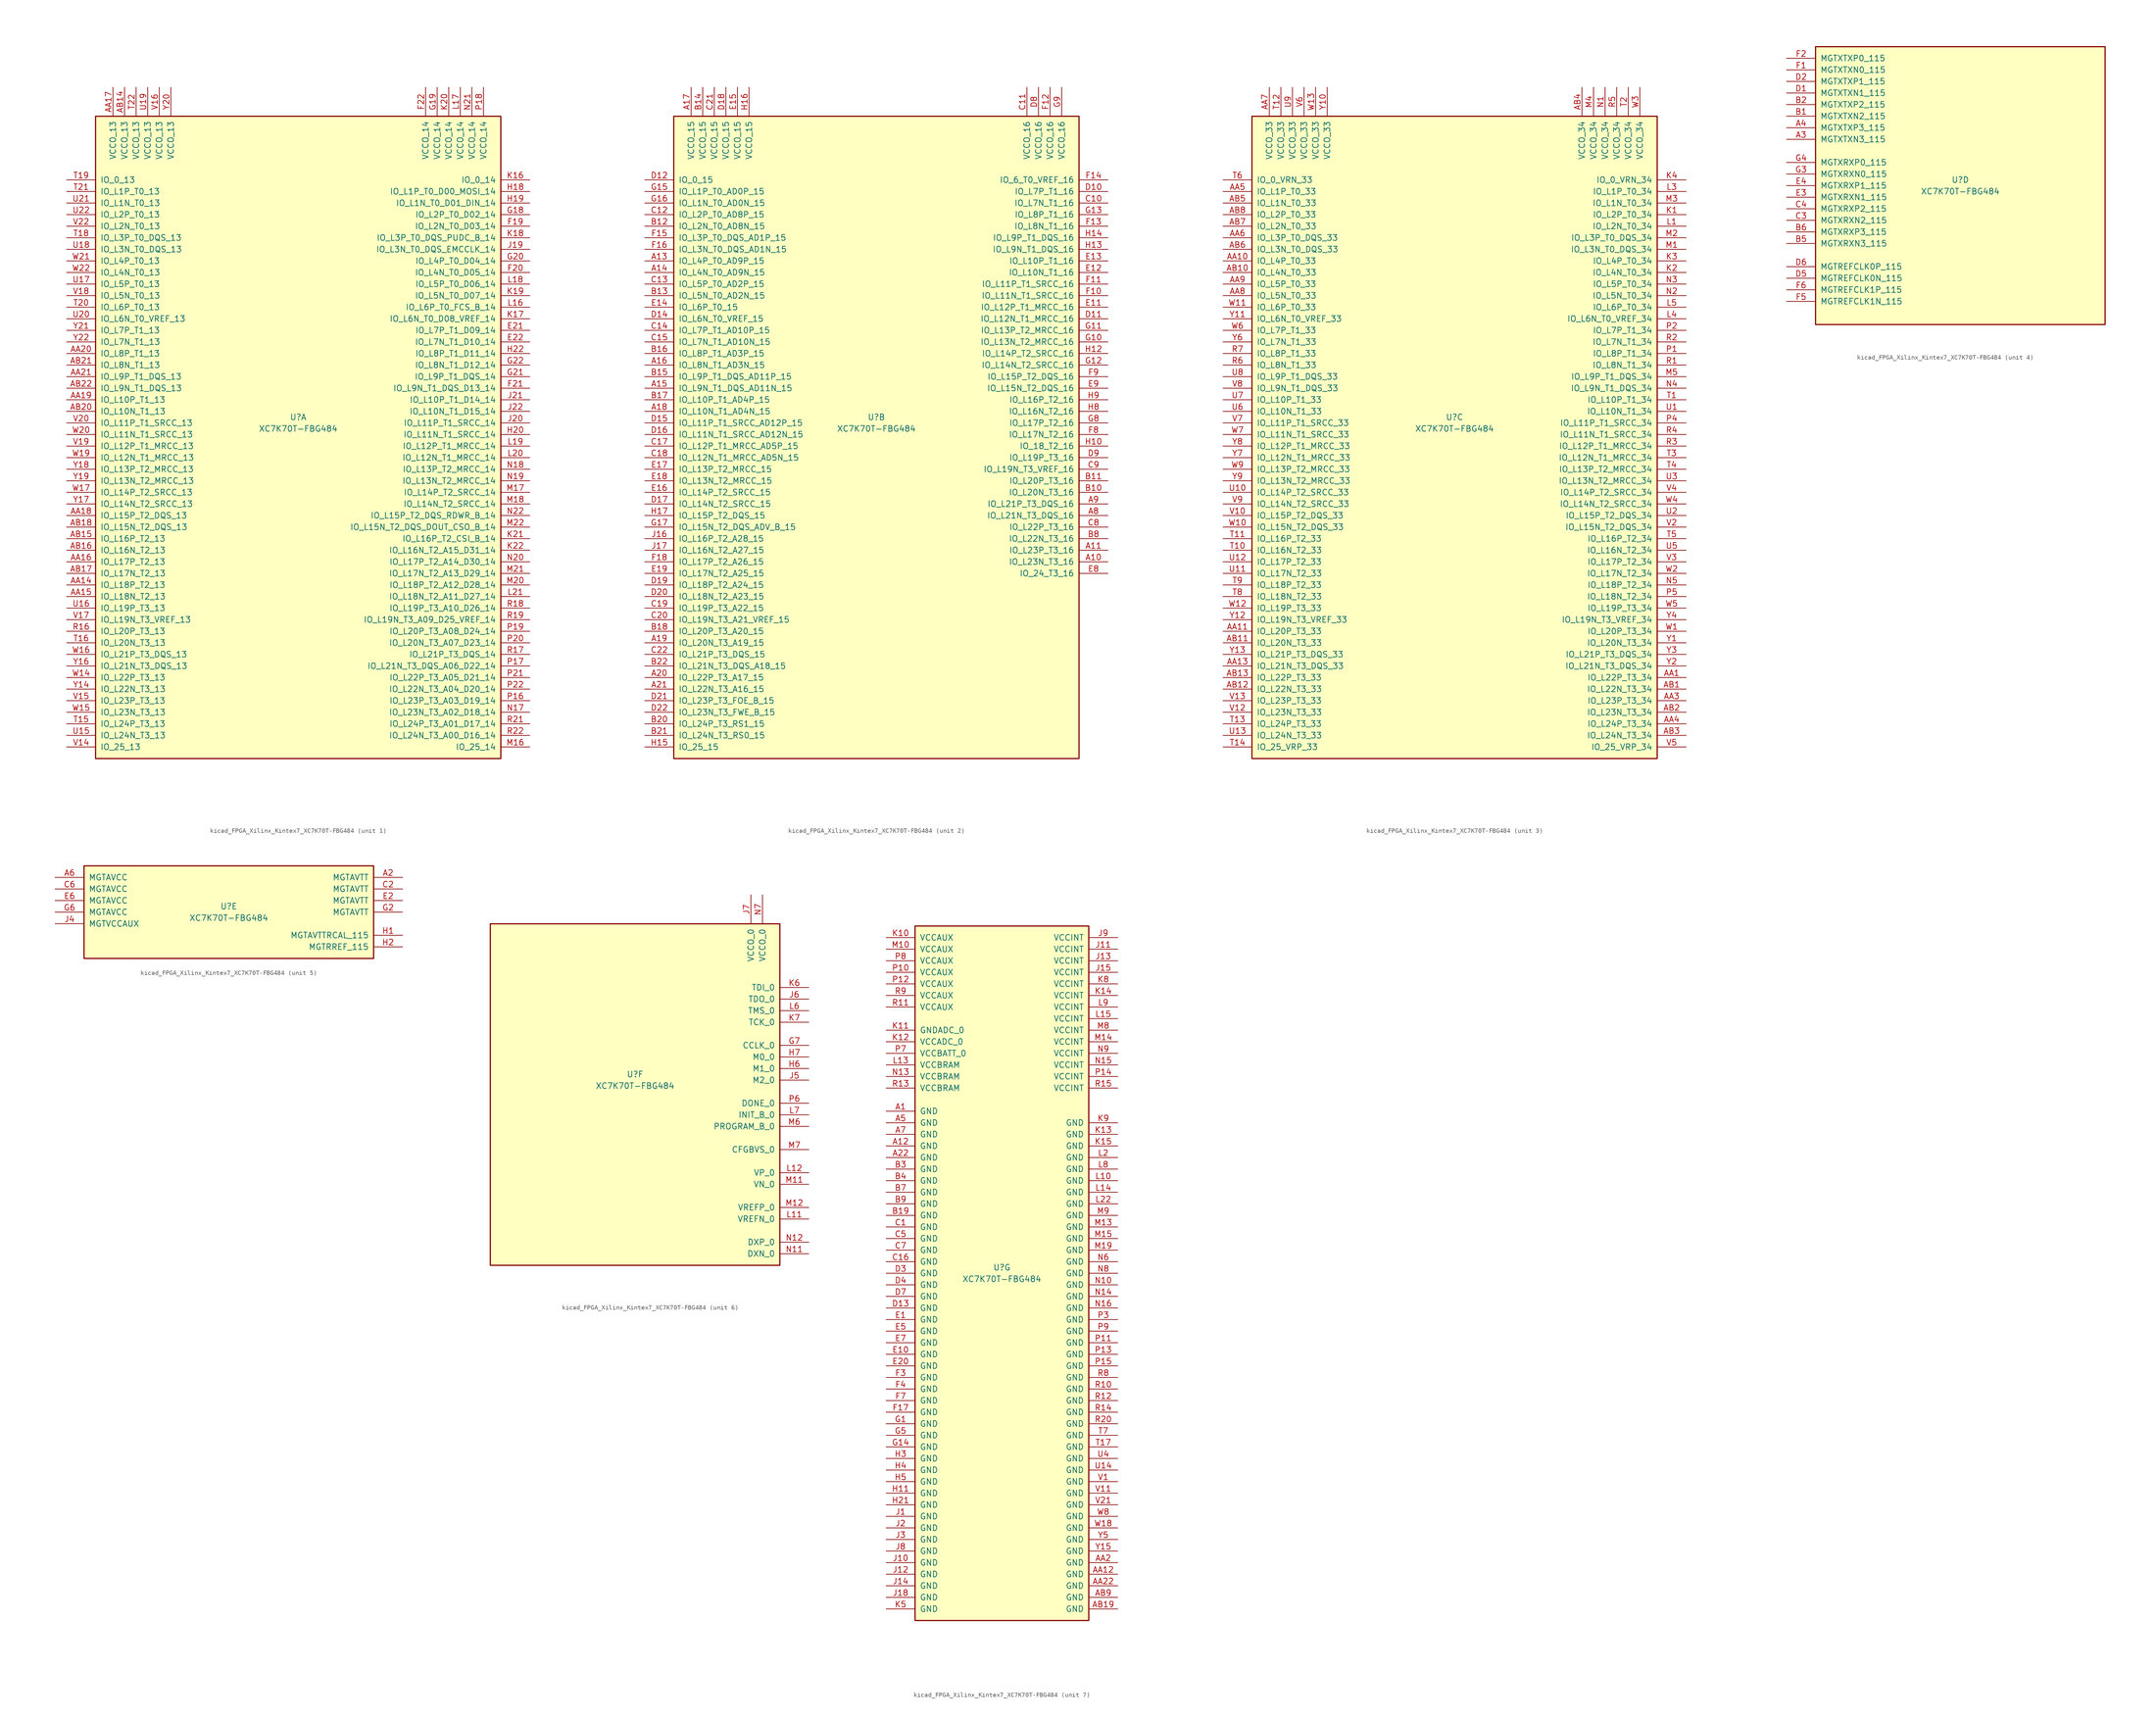
<source format=kicad_sym>
(kicad_symbol_lib
  (version 20220914)
  (generator kicad_symbol_editor)
  (symbol "kicad_FPGA_Xilinx_Kintex7_XC7K70T-FBG484"
    (pin_names
      (offset 1.016))
    (property "Reference" "U"
      (at 0 1.27 0)
      (effects (font (size 1.27 1.27))))
    (property "Value" "XC7K70T-FBG484"
      (at 0 -1.27 0)
      (effects (font (size 1.27 1.27))))
    (property "Datasheet" ""
      (at 0 0 0)
      (effects (font (size 1.27 1.27))))
    (property "ki_locked" ""
      (at 0 0 0)
      (effects (font (size 1.27 1.27))))
    (symbol "kicad_FPGA_Xilinx_Kintex7_XC7K70T-FBG484_1_1"
      (rectangle (start -44.45 67.31) (end 44.45 -73.66) (stroke (width 0.254) (type default)) (fill (type background)))
      (pin bidirectional line (at -50.8 -35.56 0) (length 6.35) (name "IO_L18P_T2_13" (effects (font (size 1.27 1.27)))) (number "AA14" (effects (font (size 1.27 1.27)))))
      (pin bidirectional line (at -50.8 -38.1 0) (length 6.35) (name "IO_L18N_T2_13" (effects (font (size 1.27 1.27)))) (number "AA15" (effects (font (size 1.27 1.27)))))
      (pin bidirectional line (at -50.8 -30.48 0) (length 6.35) (name "IO_L17P_T2_13" (effects (font (size 1.27 1.27)))) (number "AA16" (effects (font (size 1.27 1.27)))))
      (pin power_in line (at -40.64 73.66 270) (length 6.35) (name "VCCO_13" (effects (font (size 1.27 1.27)))) (number "AA17" (effects (font (size 1.27 1.27)))))
      (pin bidirectional line (at -50.8 -20.32 0) (length 6.35) (name "IO_L15P_T2_DQS_13" (effects (font (size 1.27 1.27)))) (number "AA18" (effects (font (size 1.27 1.27)))))
      (pin bidirectional line (at -50.8 5.08 0) (length 6.35) (name "IO_L10P_T1_13" (effects (font (size 1.27 1.27)))) (number "AA19" (effects (font (size 1.27 1.27)))))
      (pin bidirectional line (at -50.8 15.24 0) (length 6.35) (name "IO_L8P_T1_13" (effects (font (size 1.27 1.27)))) (number "AA20" (effects (font (size 1.27 1.27)))))
      (pin bidirectional line (at -50.8 10.16 0) (length 6.35) (name "IO_L9P_T1_DQS_13" (effects (font (size 1.27 1.27)))) (number "AA21" (effects (font (size 1.27 1.27)))))
      (pin power_in line (at -38.1 73.66 270) (length 6.35) (name "VCCO_13" (effects (font (size 1.27 1.27)))) (number "AB14" (effects (font (size 1.27 1.27)))))
      (pin bidirectional line (at -50.8 -25.4 0) (length 6.35) (name "IO_L16P_T2_13" (effects (font (size 1.27 1.27)))) (number "AB15" (effects (font (size 1.27 1.27)))))
      (pin bidirectional line (at -50.8 -27.94 0) (length 6.35) (name "IO_L16N_T2_13" (effects (font (size 1.27 1.27)))) (number "AB16" (effects (font (size 1.27 1.27)))))
      (pin bidirectional line (at -50.8 -33.02 0) (length 6.35) (name "IO_L17N_T2_13" (effects (font (size 1.27 1.27)))) (number "AB17" (effects (font (size 1.27 1.27)))))
      (pin bidirectional line (at -50.8 -22.86 0) (length 6.35) (name "IO_L15N_T2_DQS_13" (effects (font (size 1.27 1.27)))) (number "AB18" (effects (font (size 1.27 1.27)))))
      (pin bidirectional line (at -50.8 2.54 0) (length 6.35) (name "IO_L10N_T1_13" (effects (font (size 1.27 1.27)))) (number "AB20" (effects (font (size 1.27 1.27)))))
      (pin bidirectional line (at -50.8 12.7 0) (length 6.35) (name "IO_L8N_T1_13" (effects (font (size 1.27 1.27)))) (number "AB21" (effects (font (size 1.27 1.27)))))
      (pin bidirectional line (at -50.8 7.62 0) (length 6.35) (name "IO_L9N_T1_DQS_13" (effects (font (size 1.27 1.27)))) (number "AB22" (effects (font (size 1.27 1.27)))))
      (pin bidirectional line (at 50.8 20.32 180) (length 6.35) (name "IO_L7P_T1_D09_14" (effects (font (size 1.27 1.27)))) (number "E21" (effects (font (size 1.27 1.27)))))
      (pin bidirectional line (at 50.8 17.78 180) (length 6.35) (name "IO_L7N_T1_D10_14" (effects (font (size 1.27 1.27)))) (number "E22" (effects (font (size 1.27 1.27)))))
      (pin bidirectional line (at 50.8 43.18 180) (length 6.35) (name "IO_L2N_T0_D03_14" (effects (font (size 1.27 1.27)))) (number "F19" (effects (font (size 1.27 1.27)))))
      (pin bidirectional line (at 50.8 33.02 180) (length 6.35) (name "IO_L4N_T0_D05_14" (effects (font (size 1.27 1.27)))) (number "F20" (effects (font (size 1.27 1.27)))))
      (pin bidirectional line (at 50.8 7.62 180) (length 6.35) (name "IO_L9N_T1_DQS_D13_14" (effects (font (size 1.27 1.27)))) (number "F21" (effects (font (size 1.27 1.27)))))
      (pin power_in line (at 27.94 73.66 270) (length 6.35) (name "VCCO_14" (effects (font (size 1.27 1.27)))) (number "F22" (effects (font (size 1.27 1.27)))))
      (pin bidirectional line (at 50.8 45.72 180) (length 6.35) (name "IO_L2P_T0_D02_14" (effects (font (size 1.27 1.27)))) (number "G18" (effects (font (size 1.27 1.27)))))
      (pin power_in line (at 30.48 73.66 270) (length 6.35) (name "VCCO_14" (effects (font (size 1.27 1.27)))) (number "G19" (effects (font (size 1.27 1.27)))))
      (pin bidirectional line (at 50.8 35.56 180) (length 6.35) (name "IO_L4P_T0_D04_14" (effects (font (size 1.27 1.27)))) (number "G20" (effects (font (size 1.27 1.27)))))
      (pin bidirectional line (at 50.8 10.16 180) (length 6.35) (name "IO_L9P_T1_DQS_14" (effects (font (size 1.27 1.27)))) (number "G21" (effects (font (size 1.27 1.27)))))
      (pin bidirectional line (at 50.8 12.7 180) (length 6.35) (name "IO_L8N_T1_D12_14" (effects (font (size 1.27 1.27)))) (number "G22" (effects (font (size 1.27 1.27)))))
      (pin bidirectional line (at 50.8 50.8 180) (length 6.35) (name "IO_L1P_T0_D00_MOSI_14" (effects (font (size 1.27 1.27)))) (number "H18" (effects (font (size 1.27 1.27)))))
      (pin bidirectional line (at 50.8 48.26 180) (length 6.35) (name "IO_L1N_T0_D01_DIN_14" (effects (font (size 1.27 1.27)))) (number "H19" (effects (font (size 1.27 1.27)))))
      (pin bidirectional line (at 50.8 -2.54 180) (length 6.35) (name "IO_L11N_T1_SRCC_14" (effects (font (size 1.27 1.27)))) (number "H20" (effects (font (size 1.27 1.27)))))
      (pin bidirectional line (at 50.8 15.24 180) (length 6.35) (name "IO_L8P_T1_D11_14" (effects (font (size 1.27 1.27)))) (number "H22" (effects (font (size 1.27 1.27)))))
      (pin bidirectional line (at 50.8 38.1 180) (length 6.35) (name "IO_L3N_T0_DQS_EMCCLK_14" (effects (font (size 1.27 1.27)))) (number "J19" (effects (font (size 1.27 1.27)))))
      (pin bidirectional line (at 50.8 0 180) (length 6.35) (name "IO_L11P_T1_SRCC_14" (effects (font (size 1.27 1.27)))) (number "J20" (effects (font (size 1.27 1.27)))))
      (pin bidirectional line (at 50.8 5.08 180) (length 6.35) (name "IO_L10P_T1_D14_14" (effects (font (size 1.27 1.27)))) (number "J21" (effects (font (size 1.27 1.27)))))
      (pin bidirectional line (at 50.8 2.54 180) (length 6.35) (name "IO_L10N_T1_D15_14" (effects (font (size 1.27 1.27)))) (number "J22" (effects (font (size 1.27 1.27)))))
      (pin bidirectional line (at 50.8 53.34 180) (length 6.35) (name "IO_0_14" (effects (font (size 1.27 1.27)))) (number "K16" (effects (font (size 1.27 1.27)))))
      (pin bidirectional line (at 50.8 22.86 180) (length 6.35) (name "IO_L6N_T0_D08_VREF_14" (effects (font (size 1.27 1.27)))) (number "K17" (effects (font (size 1.27 1.27)))))
      (pin bidirectional line (at 50.8 40.64 180) (length 6.35) (name "IO_L3P_T0_DQS_PUDC_B_14" (effects (font (size 1.27 1.27)))) (number "K18" (effects (font (size 1.27 1.27)))))
      (pin bidirectional line (at 50.8 27.94 180) (length 6.35) (name "IO_L5N_T0_D07_14" (effects (font (size 1.27 1.27)))) (number "K19" (effects (font (size 1.27 1.27)))))
      (pin power_in line (at 33.02 73.66 270) (length 6.35) (name "VCCO_14" (effects (font (size 1.27 1.27)))) (number "K20" (effects (font (size 1.27 1.27)))))
      (pin bidirectional line (at 50.8 -25.4 180) (length 6.35) (name "IO_L16P_T2_CSI_B_14" (effects (font (size 1.27 1.27)))) (number "K21" (effects (font (size 1.27 1.27)))))
      (pin bidirectional line (at 50.8 -27.94 180) (length 6.35) (name "IO_L16N_T2_A15_D31_14" (effects (font (size 1.27 1.27)))) (number "K22" (effects (font (size 1.27 1.27)))))
      (pin bidirectional line (at 50.8 25.4 180) (length 6.35) (name "IO_L6P_T0_FCS_B_14" (effects (font (size 1.27 1.27)))) (number "L16" (effects (font (size 1.27 1.27)))))
      (pin power_in line (at 35.56 73.66 270) (length 6.35) (name "VCCO_14" (effects (font (size 1.27 1.27)))) (number "L17" (effects (font (size 1.27 1.27)))))
      (pin bidirectional line (at 50.8 30.48 180) (length 6.35) (name "IO_L5P_T0_D06_14" (effects (font (size 1.27 1.27)))) (number "L18" (effects (font (size 1.27 1.27)))))
      (pin bidirectional line (at 50.8 -5.08 180) (length 6.35) (name "IO_L12P_T1_MRCC_14" (effects (font (size 1.27 1.27)))) (number "L19" (effects (font (size 1.27 1.27)))))
      (pin bidirectional line (at 50.8 -7.62 180) (length 6.35) (name "IO_L12N_T1_MRCC_14" (effects (font (size 1.27 1.27)))) (number "L20" (effects (font (size 1.27 1.27)))))
      (pin bidirectional line (at 50.8 -38.1 180) (length 6.35) (name "IO_L18N_T2_A11_D27_14" (effects (font (size 1.27 1.27)))) (number "L21" (effects (font (size 1.27 1.27)))))
      (pin bidirectional line (at 50.8 -71.12 180) (length 6.35) (name "IO_25_14" (effects (font (size 1.27 1.27)))) (number "M16" (effects (font (size 1.27 1.27)))))
      (pin bidirectional line (at 50.8 -15.24 180) (length 6.35) (name "IO_L14P_T2_SRCC_14" (effects (font (size 1.27 1.27)))) (number "M17" (effects (font (size 1.27 1.27)))))
      (pin bidirectional line (at 50.8 -17.78 180) (length 6.35) (name "IO_L14N_T2_SRCC_14" (effects (font (size 1.27 1.27)))) (number "M18" (effects (font (size 1.27 1.27)))))
      (pin bidirectional line (at 50.8 -35.56 180) (length 6.35) (name "IO_L18P_T2_A12_D28_14" (effects (font (size 1.27 1.27)))) (number "M20" (effects (font (size 1.27 1.27)))))
      (pin bidirectional line (at 50.8 -33.02 180) (length 6.35) (name "IO_L17N_T2_A13_D29_14" (effects (font (size 1.27 1.27)))) (number "M21" (effects (font (size 1.27 1.27)))))
      (pin bidirectional line (at 50.8 -22.86 180) (length 6.35) (name "IO_L15N_T2_DQS_DOUT_CSO_B_14" (effects (font (size 1.27 1.27)))) (number "M22" (effects (font (size 1.27 1.27)))))
      (pin bidirectional line (at 50.8 -63.5 180) (length 6.35) (name "IO_L23N_T3_A02_D18_14" (effects (font (size 1.27 1.27)))) (number "N17" (effects (font (size 1.27 1.27)))))
      (pin bidirectional line (at 50.8 -10.16 180) (length 6.35) (name "IO_L13P_T2_MRCC_14" (effects (font (size 1.27 1.27)))) (number "N18" (effects (font (size 1.27 1.27)))))
      (pin bidirectional line (at 50.8 -12.7 180) (length 6.35) (name "IO_L13N_T2_MRCC_14" (effects (font (size 1.27 1.27)))) (number "N19" (effects (font (size 1.27 1.27)))))
      (pin bidirectional line (at 50.8 -30.48 180) (length 6.35) (name "IO_L17P_T2_A14_D30_14" (effects (font (size 1.27 1.27)))) (number "N20" (effects (font (size 1.27 1.27)))))
      (pin power_in line (at 38.1 73.66 270) (length 6.35) (name "VCCO_14" (effects (font (size 1.27 1.27)))) (number "N21" (effects (font (size 1.27 1.27)))))
      (pin bidirectional line (at 50.8 -20.32 180) (length 6.35) (name "IO_L15P_T2_DQS_RDWR_B_14" (effects (font (size 1.27 1.27)))) (number "N22" (effects (font (size 1.27 1.27)))))
      (pin bidirectional line (at 50.8 -60.96 180) (length 6.35) (name "IO_L23P_T3_A03_D19_14" (effects (font (size 1.27 1.27)))) (number "P16" (effects (font (size 1.27 1.27)))))
      (pin bidirectional line (at 50.8 -53.34 180) (length 6.35) (name "IO_L21N_T3_DQS_A06_D22_14" (effects (font (size 1.27 1.27)))) (number "P17" (effects (font (size 1.27 1.27)))))
      (pin power_in line (at 40.64 73.66 270) (length 6.35) (name "VCCO_14" (effects (font (size 1.27 1.27)))) (number "P18" (effects (font (size 1.27 1.27)))))
      (pin bidirectional line (at 50.8 -45.72 180) (length 6.35) (name "IO_L20P_T3_A08_D24_14" (effects (font (size 1.27 1.27)))) (number "P19" (effects (font (size 1.27 1.27)))))
      (pin bidirectional line (at 50.8 -48.26 180) (length 6.35) (name "IO_L20N_T3_A07_D23_14" (effects (font (size 1.27 1.27)))) (number "P20" (effects (font (size 1.27 1.27)))))
      (pin bidirectional line (at 50.8 -55.88 180) (length 6.35) (name "IO_L22P_T3_A05_D21_14" (effects (font (size 1.27 1.27)))) (number "P21" (effects (font (size 1.27 1.27)))))
      (pin bidirectional line (at 50.8 -58.42 180) (length 6.35) (name "IO_L22N_T3_A04_D20_14" (effects (font (size 1.27 1.27)))) (number "P22" (effects (font (size 1.27 1.27)))))
      (pin bidirectional line (at -50.8 -45.72 0) (length 6.35) (name "IO_L20P_T3_13" (effects (font (size 1.27 1.27)))) (number "R16" (effects (font (size 1.27 1.27)))))
      (pin bidirectional line (at 50.8 -50.8 180) (length 6.35) (name "IO_L21P_T3_DQS_14" (effects (font (size 1.27 1.27)))) (number "R17" (effects (font (size 1.27 1.27)))))
      (pin bidirectional line (at 50.8 -40.64 180) (length 6.35) (name "IO_L19P_T3_A10_D26_14" (effects (font (size 1.27 1.27)))) (number "R18" (effects (font (size 1.27 1.27)))))
      (pin bidirectional line (at 50.8 -43.18 180) (length 6.35) (name "IO_L19N_T3_A09_D25_VREF_14" (effects (font (size 1.27 1.27)))) (number "R19" (effects (font (size 1.27 1.27)))))
      (pin bidirectional line (at 50.8 -66.04 180) (length 6.35) (name "IO_L24P_T3_A01_D17_14" (effects (font (size 1.27 1.27)))) (number "R21" (effects (font (size 1.27 1.27)))))
      (pin bidirectional line (at 50.8 -68.58 180) (length 6.35) (name "IO_L24N_T3_A00_D16_14" (effects (font (size 1.27 1.27)))) (number "R22" (effects (font (size 1.27 1.27)))))
      (pin bidirectional line (at -50.8 -66.04 0) (length 6.35) (name "IO_L24P_T3_13" (effects (font (size 1.27 1.27)))) (number "T15" (effects (font (size 1.27 1.27)))))
      (pin bidirectional line (at -50.8 -48.26 0) (length 6.35) (name "IO_L20N_T3_13" (effects (font (size 1.27 1.27)))) (number "T16" (effects (font (size 1.27 1.27)))))
      (pin bidirectional line (at -50.8 40.64 0) (length 6.35) (name "IO_L3P_T0_DQS_13" (effects (font (size 1.27 1.27)))) (number "T18" (effects (font (size 1.27 1.27)))))
      (pin bidirectional line (at -50.8 53.34 0) (length 6.35) (name "IO_0_13" (effects (font (size 1.27 1.27)))) (number "T19" (effects (font (size 1.27 1.27)))))
      (pin bidirectional line (at -50.8 25.4 0) (length 6.35) (name "IO_L6P_T0_13" (effects (font (size 1.27 1.27)))) (number "T20" (effects (font (size 1.27 1.27)))))
      (pin bidirectional line (at -50.8 50.8 0) (length 6.35) (name "IO_L1P_T0_13" (effects (font (size 1.27 1.27)))) (number "T21" (effects (font (size 1.27 1.27)))))
      (pin power_in line (at -35.56 73.66 270) (length 6.35) (name "VCCO_13" (effects (font (size 1.27 1.27)))) (number "T22" (effects (font (size 1.27 1.27)))))
      (pin bidirectional line (at -50.8 -68.58 0) (length 6.35) (name "IO_L24N_T3_13" (effects (font (size 1.27 1.27)))) (number "U15" (effects (font (size 1.27 1.27)))))
      (pin bidirectional line (at -50.8 -40.64 0) (length 6.35) (name "IO_L19P_T3_13" (effects (font (size 1.27 1.27)))) (number "U16" (effects (font (size 1.27 1.27)))))
      (pin bidirectional line (at -50.8 30.48 0) (length 6.35) (name "IO_L5P_T0_13" (effects (font (size 1.27 1.27)))) (number "U17" (effects (font (size 1.27 1.27)))))
      (pin bidirectional line (at -50.8 38.1 0) (length 6.35) (name "IO_L3N_T0_DQS_13" (effects (font (size 1.27 1.27)))) (number "U18" (effects (font (size 1.27 1.27)))))
      (pin power_in line (at -33.02 73.66 270) (length 6.35) (name "VCCO_13" (effects (font (size 1.27 1.27)))) (number "U19" (effects (font (size 1.27 1.27)))))
      (pin bidirectional line (at -50.8 22.86 0) (length 6.35) (name "IO_L6N_T0_VREF_13" (effects (font (size 1.27 1.27)))) (number "U20" (effects (font (size 1.27 1.27)))))
      (pin bidirectional line (at -50.8 48.26 0) (length 6.35) (name "IO_L1N_T0_13" (effects (font (size 1.27 1.27)))) (number "U21" (effects (font (size 1.27 1.27)))))
      (pin bidirectional line (at -50.8 45.72 0) (length 6.35) (name "IO_L2P_T0_13" (effects (font (size 1.27 1.27)))) (number "U22" (effects (font (size 1.27 1.27)))))
      (pin bidirectional line (at -50.8 -71.12 0) (length 6.35) (name "IO_25_13" (effects (font (size 1.27 1.27)))) (number "V14" (effects (font (size 1.27 1.27)))))
      (pin bidirectional line (at -50.8 -60.96 0) (length 6.35) (name "IO_L23P_T3_13" (effects (font (size 1.27 1.27)))) (number "V15" (effects (font (size 1.27 1.27)))))
      (pin power_in line (at -30.48 73.66 270) (length 6.35) (name "VCCO_13" (effects (font (size 1.27 1.27)))) (number "V16" (effects (font (size 1.27 1.27)))))
      (pin bidirectional line (at -50.8 -43.18 0) (length 6.35) (name "IO_L19N_T3_VREF_13" (effects (font (size 1.27 1.27)))) (number "V17" (effects (font (size 1.27 1.27)))))
      (pin bidirectional line (at -50.8 27.94 0) (length 6.35) (name "IO_L5N_T0_13" (effects (font (size 1.27 1.27)))) (number "V18" (effects (font (size 1.27 1.27)))))
      (pin bidirectional line (at -50.8 -5.08 0) (length 6.35) (name "IO_L12P_T1_MRCC_13" (effects (font (size 1.27 1.27)))) (number "V19" (effects (font (size 1.27 1.27)))))
      (pin bidirectional line (at -50.8 0 0) (length 6.35) (name "IO_L11P_T1_SRCC_13" (effects (font (size 1.27 1.27)))) (number "V20" (effects (font (size 1.27 1.27)))))
      (pin bidirectional line (at -50.8 43.18 0) (length 6.35) (name "IO_L2N_T0_13" (effects (font (size 1.27 1.27)))) (number "V22" (effects (font (size 1.27 1.27)))))
      (pin bidirectional line (at -50.8 -55.88 0) (length 6.35) (name "IO_L22P_T3_13" (effects (font (size 1.27 1.27)))) (number "W14" (effects (font (size 1.27 1.27)))))
      (pin bidirectional line (at -50.8 -63.5 0) (length 6.35) (name "IO_L23N_T3_13" (effects (font (size 1.27 1.27)))) (number "W15" (effects (font (size 1.27 1.27)))))
      (pin bidirectional line (at -50.8 -50.8 0) (length 6.35) (name "IO_L21P_T3_DQS_13" (effects (font (size 1.27 1.27)))) (number "W16" (effects (font (size 1.27 1.27)))))
      (pin bidirectional line (at -50.8 -15.24 0) (length 6.35) (name "IO_L14P_T2_SRCC_13" (effects (font (size 1.27 1.27)))) (number "W17" (effects (font (size 1.27 1.27)))))
      (pin bidirectional line (at -50.8 -7.62 0) (length 6.35) (name "IO_L12N_T1_MRCC_13" (effects (font (size 1.27 1.27)))) (number "W19" (effects (font (size 1.27 1.27)))))
      (pin bidirectional line (at -50.8 -2.54 0) (length 6.35) (name "IO_L11N_T1_SRCC_13" (effects (font (size 1.27 1.27)))) (number "W20" (effects (font (size 1.27 1.27)))))
      (pin bidirectional line (at -50.8 35.56 0) (length 6.35) (name "IO_L4P_T0_13" (effects (font (size 1.27 1.27)))) (number "W21" (effects (font (size 1.27 1.27)))))
      (pin bidirectional line (at -50.8 33.02 0) (length 6.35) (name "IO_L4N_T0_13" (effects (font (size 1.27 1.27)))) (number "W22" (effects (font (size 1.27 1.27)))))
      (pin bidirectional line (at -50.8 -58.42 0) (length 6.35) (name "IO_L22N_T3_13" (effects (font (size 1.27 1.27)))) (number "Y14" (effects (font (size 1.27 1.27)))))
      (pin bidirectional line (at -50.8 -53.34 0) (length 6.35) (name "IO_L21N_T3_DQS_13" (effects (font (size 1.27 1.27)))) (number "Y16" (effects (font (size 1.27 1.27)))))
      (pin bidirectional line (at -50.8 -17.78 0) (length 6.35) (name "IO_L14N_T2_SRCC_13" (effects (font (size 1.27 1.27)))) (number "Y17" (effects (font (size 1.27 1.27)))))
      (pin bidirectional line (at -50.8 -10.16 0) (length 6.35) (name "IO_L13P_T2_MRCC_13" (effects (font (size 1.27 1.27)))) (number "Y18" (effects (font (size 1.27 1.27)))))
      (pin bidirectional line (at -50.8 -12.7 0) (length 6.35) (name "IO_L13N_T2_MRCC_13" (effects (font (size 1.27 1.27)))) (number "Y19" (effects (font (size 1.27 1.27)))))
      (pin power_in line (at -27.94 73.66 270) (length 6.35) (name "VCCO_13" (effects (font (size 1.27 1.27)))) (number "Y20" (effects (font (size 1.27 1.27)))))
      (pin bidirectional line (at -50.8 20.32 0) (length 6.35) (name "IO_L7P_T1_13" (effects (font (size 1.27 1.27)))) (number "Y21" (effects (font (size 1.27 1.27)))))
      (pin bidirectional line (at -50.8 17.78 0) (length 6.35) (name "IO_L7N_T1_13" (effects (font (size 1.27 1.27)))) (number "Y22" (effects (font (size 1.27 1.27))))))
    (symbol "kicad_FPGA_Xilinx_Kintex7_XC7K70T-FBG484_2_1"
      (rectangle (start -44.45 67.31) (end 44.45 -73.66) (stroke (width 0.254) (type default)) (fill (type background)))
      (pin bidirectional line (at 50.8 -30.48 180) (length 6.35) (name "IO_L23N_T3_16" (effects (font (size 1.27 1.27)))) (number "A10" (effects (font (size 1.27 1.27)))))
      (pin bidirectional line (at 50.8 -27.94 180) (length 6.35) (name "IO_L23P_T3_16" (effects (font (size 1.27 1.27)))) (number "A11" (effects (font (size 1.27 1.27)))))
      (pin bidirectional line (at -50.8 35.56 0) (length 6.35) (name "IO_L4P_T0_AD9P_15" (effects (font (size 1.27 1.27)))) (number "A13" (effects (font (size 1.27 1.27)))))
      (pin bidirectional line (at -50.8 33.02 0) (length 6.35) (name "IO_L4N_T0_AD9N_15" (effects (font (size 1.27 1.27)))) (number "A14" (effects (font (size 1.27 1.27)))))
      (pin bidirectional line (at -50.8 7.62 0) (length 6.35) (name "IO_L9N_T1_DQS_AD11N_15" (effects (font (size 1.27 1.27)))) (number "A15" (effects (font (size 1.27 1.27)))))
      (pin bidirectional line (at -50.8 12.7 0) (length 6.35) (name "IO_L8N_T1_AD3N_15" (effects (font (size 1.27 1.27)))) (number "A16" (effects (font (size 1.27 1.27)))))
      (pin power_in line (at -40.64 73.66 270) (length 6.35) (name "VCCO_15" (effects (font (size 1.27 1.27)))) (number "A17" (effects (font (size 1.27 1.27)))))
      (pin bidirectional line (at -50.8 2.54 0) (length 6.35) (name "IO_L10N_T1_AD4N_15" (effects (font (size 1.27 1.27)))) (number "A18" (effects (font (size 1.27 1.27)))))
      (pin bidirectional line (at -50.8 -48.26 0) (length 6.35) (name "IO_L20N_T3_A19_15" (effects (font (size 1.27 1.27)))) (number "A19" (effects (font (size 1.27 1.27)))))
      (pin bidirectional line (at -50.8 -55.88 0) (length 6.35) (name "IO_L22P_T3_A17_15" (effects (font (size 1.27 1.27)))) (number "A20" (effects (font (size 1.27 1.27)))))
      (pin bidirectional line (at -50.8 -58.42 0) (length 6.35) (name "IO_L22N_T3_A16_15" (effects (font (size 1.27 1.27)))) (number "A21" (effects (font (size 1.27 1.27)))))
      (pin bidirectional line (at 50.8 -20.32 180) (length 6.35) (name "IO_L21N_T3_DQS_16" (effects (font (size 1.27 1.27)))) (number "A8" (effects (font (size 1.27 1.27)))))
      (pin bidirectional line (at 50.8 -17.78 180) (length 6.35) (name "IO_L21P_T3_DQS_16" (effects (font (size 1.27 1.27)))) (number "A9" (effects (font (size 1.27 1.27)))))
      (pin bidirectional line (at 50.8 -15.24 180) (length 6.35) (name "IO_L20N_T3_16" (effects (font (size 1.27 1.27)))) (number "B10" (effects (font (size 1.27 1.27)))))
      (pin bidirectional line (at 50.8 -12.7 180) (length 6.35) (name "IO_L20P_T3_16" (effects (font (size 1.27 1.27)))) (number "B11" (effects (font (size 1.27 1.27)))))
      (pin bidirectional line (at -50.8 43.18 0) (length 6.35) (name "IO_L2N_T0_AD8N_15" (effects (font (size 1.27 1.27)))) (number "B12" (effects (font (size 1.27 1.27)))))
      (pin bidirectional line (at -50.8 27.94 0) (length 6.35) (name "IO_L5N_T0_AD2N_15" (effects (font (size 1.27 1.27)))) (number "B13" (effects (font (size 1.27 1.27)))))
      (pin power_in line (at -38.1 73.66 270) (length 6.35) (name "VCCO_15" (effects (font (size 1.27 1.27)))) (number "B14" (effects (font (size 1.27 1.27)))))
      (pin bidirectional line (at -50.8 10.16 0) (length 6.35) (name "IO_L9P_T1_DQS_AD11P_15" (effects (font (size 1.27 1.27)))) (number "B15" (effects (font (size 1.27 1.27)))))
      (pin bidirectional line (at -50.8 15.24 0) (length 6.35) (name "IO_L8P_T1_AD3P_15" (effects (font (size 1.27 1.27)))) (number "B16" (effects (font (size 1.27 1.27)))))
      (pin bidirectional line (at -50.8 5.08 0) (length 6.35) (name "IO_L10P_T1_AD4P_15" (effects (font (size 1.27 1.27)))) (number "B17" (effects (font (size 1.27 1.27)))))
      (pin bidirectional line (at -50.8 -45.72 0) (length 6.35) (name "IO_L20P_T3_A20_15" (effects (font (size 1.27 1.27)))) (number "B18" (effects (font (size 1.27 1.27)))))
      (pin bidirectional line (at -50.8 -66.04 0) (length 6.35) (name "IO_L24P_T3_RS1_15" (effects (font (size 1.27 1.27)))) (number "B20" (effects (font (size 1.27 1.27)))))
      (pin bidirectional line (at -50.8 -68.58 0) (length 6.35) (name "IO_L24N_T3_RS0_15" (effects (font (size 1.27 1.27)))) (number "B21" (effects (font (size 1.27 1.27)))))
      (pin bidirectional line (at -50.8 -53.34 0) (length 6.35) (name "IO_L21N_T3_DQS_A18_15" (effects (font (size 1.27 1.27)))) (number "B22" (effects (font (size 1.27 1.27)))))
      (pin bidirectional line (at 50.8 -25.4 180) (length 6.35) (name "IO_L22N_T3_16" (effects (font (size 1.27 1.27)))) (number "B8" (effects (font (size 1.27 1.27)))))
      (pin bidirectional line (at 50.8 48.26 180) (length 6.35) (name "IO_L7N_T1_16" (effects (font (size 1.27 1.27)))) (number "C10" (effects (font (size 1.27 1.27)))))
      (pin power_in line (at 33.02 73.66 270) (length 6.35) (name "VCCO_16" (effects (font (size 1.27 1.27)))) (number "C11" (effects (font (size 1.27 1.27)))))
      (pin bidirectional line (at -50.8 45.72 0) (length 6.35) (name "IO_L2P_T0_AD8P_15" (effects (font (size 1.27 1.27)))) (number "C12" (effects (font (size 1.27 1.27)))))
      (pin bidirectional line (at -50.8 30.48 0) (length 6.35) (name "IO_L5P_T0_AD2P_15" (effects (font (size 1.27 1.27)))) (number "C13" (effects (font (size 1.27 1.27)))))
      (pin bidirectional line (at -50.8 20.32 0) (length 6.35) (name "IO_L7P_T1_AD10P_15" (effects (font (size 1.27 1.27)))) (number "C14" (effects (font (size 1.27 1.27)))))
      (pin bidirectional line (at -50.8 17.78 0) (length 6.35) (name "IO_L7N_T1_AD10N_15" (effects (font (size 1.27 1.27)))) (number "C15" (effects (font (size 1.27 1.27)))))
      (pin bidirectional line (at -50.8 -5.08 0) (length 6.35) (name "IO_L12P_T1_MRCC_AD5P_15" (effects (font (size 1.27 1.27)))) (number "C17" (effects (font (size 1.27 1.27)))))
      (pin bidirectional line (at -50.8 -7.62 0) (length 6.35) (name "IO_L12N_T1_MRCC_AD5N_15" (effects (font (size 1.27 1.27)))) (number "C18" (effects (font (size 1.27 1.27)))))
      (pin bidirectional line (at -50.8 -40.64 0) (length 6.35) (name "IO_L19P_T3_A22_15" (effects (font (size 1.27 1.27)))) (number "C19" (effects (font (size 1.27 1.27)))))
      (pin bidirectional line (at -50.8 -43.18 0) (length 6.35) (name "IO_L19N_T3_A21_VREF_15" (effects (font (size 1.27 1.27)))) (number "C20" (effects (font (size 1.27 1.27)))))
      (pin power_in line (at -35.56 73.66 270) (length 6.35) (name "VCCO_15" (effects (font (size 1.27 1.27)))) (number "C21" (effects (font (size 1.27 1.27)))))
      (pin bidirectional line (at -50.8 -50.8 0) (length 6.35) (name "IO_L21P_T3_DQS_15" (effects (font (size 1.27 1.27)))) (number "C22" (effects (font (size 1.27 1.27)))))
      (pin bidirectional line (at 50.8 -22.86 180) (length 6.35) (name "IO_L22P_T3_16" (effects (font (size 1.27 1.27)))) (number "C8" (effects (font (size 1.27 1.27)))))
      (pin bidirectional line (at 50.8 -10.16 180) (length 6.35) (name "IO_L19N_T3_VREF_16" (effects (font (size 1.27 1.27)))) (number "C9" (effects (font (size 1.27 1.27)))))
      (pin bidirectional line (at 50.8 50.8 180) (length 6.35) (name "IO_L7P_T1_16" (effects (font (size 1.27 1.27)))) (number "D10" (effects (font (size 1.27 1.27)))))
      (pin bidirectional line (at 50.8 22.86 180) (length 6.35) (name "IO_L12N_T1_MRCC_16" (effects (font (size 1.27 1.27)))) (number "D11" (effects (font (size 1.27 1.27)))))
      (pin bidirectional line (at -50.8 53.34 0) (length 6.35) (name "IO_0_15" (effects (font (size 1.27 1.27)))) (number "D12" (effects (font (size 1.27 1.27)))))
      (pin bidirectional line (at -50.8 22.86 0) (length 6.35) (name "IO_L6N_T0_VREF_15" (effects (font (size 1.27 1.27)))) (number "D14" (effects (font (size 1.27 1.27)))))
      (pin bidirectional line (at -50.8 0 0) (length 6.35) (name "IO_L11P_T1_SRCC_AD12P_15" (effects (font (size 1.27 1.27)))) (number "D15" (effects (font (size 1.27 1.27)))))
      (pin bidirectional line (at -50.8 -2.54 0) (length 6.35) (name "IO_L11N_T1_SRCC_AD12N_15" (effects (font (size 1.27 1.27)))) (number "D16" (effects (font (size 1.27 1.27)))))
      (pin bidirectional line (at -50.8 -17.78 0) (length 6.35) (name "IO_L14N_T2_SRCC_15" (effects (font (size 1.27 1.27)))) (number "D17" (effects (font (size 1.27 1.27)))))
      (pin power_in line (at -33.02 73.66 270) (length 6.35) (name "VCCO_15" (effects (font (size 1.27 1.27)))) (number "D18" (effects (font (size 1.27 1.27)))))
      (pin bidirectional line (at -50.8 -35.56 0) (length 6.35) (name "IO_L18P_T2_A24_15" (effects (font (size 1.27 1.27)))) (number "D19" (effects (font (size 1.27 1.27)))))
      (pin bidirectional line (at -50.8 -38.1 0) (length 6.35) (name "IO_L18N_T2_A23_15" (effects (font (size 1.27 1.27)))) (number "D20" (effects (font (size 1.27 1.27)))))
      (pin bidirectional line (at -50.8 -60.96 0) (length 6.35) (name "IO_L23P_T3_FOE_B_15" (effects (font (size 1.27 1.27)))) (number "D21" (effects (font (size 1.27 1.27)))))
      (pin bidirectional line (at -50.8 -63.5 0) (length 6.35) (name "IO_L23N_T3_FWE_B_15" (effects (font (size 1.27 1.27)))) (number "D22" (effects (font (size 1.27 1.27)))))
      (pin power_in line (at 35.56 73.66 270) (length 6.35) (name "VCCO_16" (effects (font (size 1.27 1.27)))) (number "D8" (effects (font (size 1.27 1.27)))))
      (pin bidirectional line (at 50.8 -7.62 180) (length 6.35) (name "IO_L19P_T3_16" (effects (font (size 1.27 1.27)))) (number "D9" (effects (font (size 1.27 1.27)))))
      (pin bidirectional line (at 50.8 25.4 180) (length 6.35) (name "IO_L12P_T1_MRCC_16" (effects (font (size 1.27 1.27)))) (number "E11" (effects (font (size 1.27 1.27)))))
      (pin bidirectional line (at 50.8 33.02 180) (length 6.35) (name "IO_L10N_T1_16" (effects (font (size 1.27 1.27)))) (number "E12" (effects (font (size 1.27 1.27)))))
      (pin bidirectional line (at 50.8 35.56 180) (length 6.35) (name "IO_L10P_T1_16" (effects (font (size 1.27 1.27)))) (number "E13" (effects (font (size 1.27 1.27)))))
      (pin bidirectional line (at -50.8 25.4 0) (length 6.35) (name "IO_L6P_T0_15" (effects (font (size 1.27 1.27)))) (number "E14" (effects (font (size 1.27 1.27)))))
      (pin power_in line (at -30.48 73.66 270) (length 6.35) (name "VCCO_15" (effects (font (size 1.27 1.27)))) (number "E15" (effects (font (size 1.27 1.27)))))
      (pin bidirectional line (at -50.8 -15.24 0) (length 6.35) (name "IO_L14P_T2_SRCC_15" (effects (font (size 1.27 1.27)))) (number "E16" (effects (font (size 1.27 1.27)))))
      (pin bidirectional line (at -50.8 -10.16 0) (length 6.35) (name "IO_L13P_T2_MRCC_15" (effects (font (size 1.27 1.27)))) (number "E17" (effects (font (size 1.27 1.27)))))
      (pin bidirectional line (at -50.8 -12.7 0) (length 6.35) (name "IO_L13N_T2_MRCC_15" (effects (font (size 1.27 1.27)))) (number "E18" (effects (font (size 1.27 1.27)))))
      (pin bidirectional line (at -50.8 -33.02 0) (length 6.35) (name "IO_L17N_T2_A25_15" (effects (font (size 1.27 1.27)))) (number "E19" (effects (font (size 1.27 1.27)))))
      (pin bidirectional line (at 50.8 -33.02 180) (length 6.35) (name "IO_24_T3_16" (effects (font (size 1.27 1.27)))) (number "E8" (effects (font (size 1.27 1.27)))))
      (pin bidirectional line (at 50.8 7.62 180) (length 6.35) (name "IO_L15N_T2_DQS_16" (effects (font (size 1.27 1.27)))) (number "E9" (effects (font (size 1.27 1.27)))))
      (pin bidirectional line (at 50.8 27.94 180) (length 6.35) (name "IO_L11N_T1_SRCC_16" (effects (font (size 1.27 1.27)))) (number "F10" (effects (font (size 1.27 1.27)))))
      (pin bidirectional line (at 50.8 30.48 180) (length 6.35) (name "IO_L11P_T1_SRCC_16" (effects (font (size 1.27 1.27)))) (number "F11" (effects (font (size 1.27 1.27)))))
      (pin power_in line (at 38.1 73.66 270) (length 6.35) (name "VCCO_16" (effects (font (size 1.27 1.27)))) (number "F12" (effects (font (size 1.27 1.27)))))
      (pin bidirectional line (at 50.8 43.18 180) (length 6.35) (name "IO_L8N_T1_16" (effects (font (size 1.27 1.27)))) (number "F13" (effects (font (size 1.27 1.27)))))
      (pin bidirectional line (at 50.8 53.34 180) (length 6.35) (name "IO_6_T0_VREF_16" (effects (font (size 1.27 1.27)))) (number "F14" (effects (font (size 1.27 1.27)))))
      (pin bidirectional line (at -50.8 40.64 0) (length 6.35) (name "IO_L3P_T0_DQS_AD1P_15" (effects (font (size 1.27 1.27)))) (number "F15" (effects (font (size 1.27 1.27)))))
      (pin bidirectional line (at -50.8 38.1 0) (length 6.35) (name "IO_L3N_T0_DQS_AD1N_15" (effects (font (size 1.27 1.27)))) (number "F16" (effects (font (size 1.27 1.27)))))
      (pin bidirectional line (at -50.8 -30.48 0) (length 6.35) (name "IO_L17P_T2_A26_15" (effects (font (size 1.27 1.27)))) (number "F18" (effects (font (size 1.27 1.27)))))
      (pin bidirectional line (at 50.8 -2.54 180) (length 6.35) (name "IO_L17N_T2_16" (effects (font (size 1.27 1.27)))) (number "F8" (effects (font (size 1.27 1.27)))))
      (pin bidirectional line (at 50.8 10.16 180) (length 6.35) (name "IO_L15P_T2_DQS_16" (effects (font (size 1.27 1.27)))) (number "F9" (effects (font (size 1.27 1.27)))))
      (pin bidirectional line (at 50.8 17.78 180) (length 6.35) (name "IO_L13N_T2_MRCC_16" (effects (font (size 1.27 1.27)))) (number "G10" (effects (font (size 1.27 1.27)))))
      (pin bidirectional line (at 50.8 20.32 180) (length 6.35) (name "IO_L13P_T2_MRCC_16" (effects (font (size 1.27 1.27)))) (number "G11" (effects (font (size 1.27 1.27)))))
      (pin bidirectional line (at 50.8 12.7 180) (length 6.35) (name "IO_L14N_T2_SRCC_16" (effects (font (size 1.27 1.27)))) (number "G12" (effects (font (size 1.27 1.27)))))
      (pin bidirectional line (at 50.8 45.72 180) (length 6.35) (name "IO_L8P_T1_16" (effects (font (size 1.27 1.27)))) (number "G13" (effects (font (size 1.27 1.27)))))
      (pin bidirectional line (at -50.8 50.8 0) (length 6.35) (name "IO_L1P_T0_AD0P_15" (effects (font (size 1.27 1.27)))) (number "G15" (effects (font (size 1.27 1.27)))))
      (pin bidirectional line (at -50.8 48.26 0) (length 6.35) (name "IO_L1N_T0_AD0N_15" (effects (font (size 1.27 1.27)))) (number "G16" (effects (font (size 1.27 1.27)))))
      (pin bidirectional line (at -50.8 -22.86 0) (length 6.35) (name "IO_L15N_T2_DQS_ADV_B_15" (effects (font (size 1.27 1.27)))) (number "G17" (effects (font (size 1.27 1.27)))))
      (pin bidirectional line (at 50.8 0 180) (length 6.35) (name "IO_L17P_T2_16" (effects (font (size 1.27 1.27)))) (number "G8" (effects (font (size 1.27 1.27)))))
      (pin power_in line (at 40.64 73.66 270) (length 6.35) (name "VCCO_16" (effects (font (size 1.27 1.27)))) (number "G9" (effects (font (size 1.27 1.27)))))
      (pin bidirectional line (at 50.8 -5.08 180) (length 6.35) (name "IO_18_T2_16" (effects (font (size 1.27 1.27)))) (number "H10" (effects (font (size 1.27 1.27)))))
      (pin bidirectional line (at 50.8 15.24 180) (length 6.35) (name "IO_L14P_T2_SRCC_16" (effects (font (size 1.27 1.27)))) (number "H12" (effects (font (size 1.27 1.27)))))
      (pin bidirectional line (at 50.8 38.1 180) (length 6.35) (name "IO_L9N_T1_DQS_16" (effects (font (size 1.27 1.27)))) (number "H13" (effects (font (size 1.27 1.27)))))
      (pin bidirectional line (at 50.8 40.64 180) (length 6.35) (name "IO_L9P_T1_DQS_16" (effects (font (size 1.27 1.27)))) (number "H14" (effects (font (size 1.27 1.27)))))
      (pin bidirectional line (at -50.8 -71.12 0) (length 6.35) (name "IO_25_15" (effects (font (size 1.27 1.27)))) (number "H15" (effects (font (size 1.27 1.27)))))
      (pin power_in line (at -27.94 73.66 270) (length 6.35) (name "VCCO_15" (effects (font (size 1.27 1.27)))) (number "H16" (effects (font (size 1.27 1.27)))))
      (pin bidirectional line (at -50.8 -20.32 0) (length 6.35) (name "IO_L15P_T2_DQS_15" (effects (font (size 1.27 1.27)))) (number "H17" (effects (font (size 1.27 1.27)))))
      (pin bidirectional line (at 50.8 2.54 180) (length 6.35) (name "IO_L16N_T2_16" (effects (font (size 1.27 1.27)))) (number "H8" (effects (font (size 1.27 1.27)))))
      (pin bidirectional line (at 50.8 5.08 180) (length 6.35) (name "IO_L16P_T2_16" (effects (font (size 1.27 1.27)))) (number "H9" (effects (font (size 1.27 1.27)))))
      (pin bidirectional line (at -50.8 -25.4 0) (length 6.35) (name "IO_L16P_T2_A28_15" (effects (font (size 1.27 1.27)))) (number "J16" (effects (font (size 1.27 1.27)))))
      (pin bidirectional line (at -50.8 -27.94 0) (length 6.35) (name "IO_L16N_T2_A27_15" (effects (font (size 1.27 1.27)))) (number "J17" (effects (font (size 1.27 1.27))))))
    (symbol "kicad_FPGA_Xilinx_Kintex7_XC7K70T-FBG484_3_1"
      (rectangle (start -44.45 67.31) (end 44.45 -73.66) (stroke (width 0.254) (type default)) (fill (type background)))
      (pin bidirectional line (at 50.8 -55.88 180) (length 6.35) (name "IO_L22P_T3_34" (effects (font (size 1.27 1.27)))) (number "AA1" (effects (font (size 1.27 1.27)))))
      (pin bidirectional line (at -50.8 35.56 0) (length 6.35) (name "IO_L4P_T0_33" (effects (font (size 1.27 1.27)))) (number "AA10" (effects (font (size 1.27 1.27)))))
      (pin bidirectional line (at -50.8 -45.72 0) (length 6.35) (name "IO_L20P_T3_33" (effects (font (size 1.27 1.27)))) (number "AA11" (effects (font (size 1.27 1.27)))))
      (pin bidirectional line (at -50.8 -53.34 0) (length 6.35) (name "IO_L21N_T3_DQS_33" (effects (font (size 1.27 1.27)))) (number "AA13" (effects (font (size 1.27 1.27)))))
      (pin bidirectional line (at 50.8 -60.96 180) (length 6.35) (name "IO_L23P_T3_34" (effects (font (size 1.27 1.27)))) (number "AA3" (effects (font (size 1.27 1.27)))))
      (pin bidirectional line (at 50.8 -66.04 180) (length 6.35) (name "IO_L24P_T3_34" (effects (font (size 1.27 1.27)))) (number "AA4" (effects (font (size 1.27 1.27)))))
      (pin bidirectional line (at -50.8 50.8 0) (length 6.35) (name "IO_L1P_T0_33" (effects (font (size 1.27 1.27)))) (number "AA5" (effects (font (size 1.27 1.27)))))
      (pin bidirectional line (at -50.8 40.64 0) (length 6.35) (name "IO_L3P_T0_DQS_33" (effects (font (size 1.27 1.27)))) (number "AA6" (effects (font (size 1.27 1.27)))))
      (pin power_in line (at -40.64 73.66 270) (length 6.35) (name "VCCO_33" (effects (font (size 1.27 1.27)))) (number "AA7" (effects (font (size 1.27 1.27)))))
      (pin bidirectional line (at -50.8 27.94 0) (length 6.35) (name "IO_L5N_T0_33" (effects (font (size 1.27 1.27)))) (number "AA8" (effects (font (size 1.27 1.27)))))
      (pin bidirectional line (at -50.8 30.48 0) (length 6.35) (name "IO_L5P_T0_33" (effects (font (size 1.27 1.27)))) (number "AA9" (effects (font (size 1.27 1.27)))))
      (pin bidirectional line (at 50.8 -58.42 180) (length 6.35) (name "IO_L22N_T3_34" (effects (font (size 1.27 1.27)))) (number "AB1" (effects (font (size 1.27 1.27)))))
      (pin bidirectional line (at -50.8 33.02 0) (length 6.35) (name "IO_L4N_T0_33" (effects (font (size 1.27 1.27)))) (number "AB10" (effects (font (size 1.27 1.27)))))
      (pin bidirectional line (at -50.8 -48.26 0) (length 6.35) (name "IO_L20N_T3_33" (effects (font (size 1.27 1.27)))) (number "AB11" (effects (font (size 1.27 1.27)))))
      (pin bidirectional line (at -50.8 -58.42 0) (length 6.35) (name "IO_L22N_T3_33" (effects (font (size 1.27 1.27)))) (number "AB12" (effects (font (size 1.27 1.27)))))
      (pin bidirectional line (at -50.8 -55.88 0) (length 6.35) (name "IO_L22P_T3_33" (effects (font (size 1.27 1.27)))) (number "AB13" (effects (font (size 1.27 1.27)))))
      (pin bidirectional line (at 50.8 -63.5 180) (length 6.35) (name "IO_L23N_T3_34" (effects (font (size 1.27 1.27)))) (number "AB2" (effects (font (size 1.27 1.27)))))
      (pin bidirectional line (at 50.8 -68.58 180) (length 6.35) (name "IO_L24N_T3_34" (effects (font (size 1.27 1.27)))) (number "AB3" (effects (font (size 1.27 1.27)))))
      (pin power_in line (at 27.94 73.66 270) (length 6.35) (name "VCCO_34" (effects (font (size 1.27 1.27)))) (number "AB4" (effects (font (size 1.27 1.27)))))
      (pin bidirectional line (at -50.8 48.26 0) (length 6.35) (name "IO_L1N_T0_33" (effects (font (size 1.27 1.27)))) (number "AB5" (effects (font (size 1.27 1.27)))))
      (pin bidirectional line (at -50.8 38.1 0) (length 6.35) (name "IO_L3N_T0_DQS_33" (effects (font (size 1.27 1.27)))) (number "AB6" (effects (font (size 1.27 1.27)))))
      (pin bidirectional line (at -50.8 43.18 0) (length 6.35) (name "IO_L2N_T0_33" (effects (font (size 1.27 1.27)))) (number "AB7" (effects (font (size 1.27 1.27)))))
      (pin bidirectional line (at -50.8 45.72 0) (length 6.35) (name "IO_L2P_T0_33" (effects (font (size 1.27 1.27)))) (number "AB8" (effects (font (size 1.27 1.27)))))
      (pin bidirectional line (at 50.8 45.72 180) (length 6.35) (name "IO_L2P_T0_34" (effects (font (size 1.27 1.27)))) (number "K1" (effects (font (size 1.27 1.27)))))
      (pin bidirectional line (at 50.8 33.02 180) (length 6.35) (name "IO_L4N_T0_34" (effects (font (size 1.27 1.27)))) (number "K2" (effects (font (size 1.27 1.27)))))
      (pin bidirectional line (at 50.8 35.56 180) (length 6.35) (name "IO_L4P_T0_34" (effects (font (size 1.27 1.27)))) (number "K3" (effects (font (size 1.27 1.27)))))
      (pin bidirectional line (at 50.8 53.34 180) (length 6.35) (name "IO_0_VRN_34" (effects (font (size 1.27 1.27)))) (number "K4" (effects (font (size 1.27 1.27)))))
      (pin bidirectional line (at 50.8 43.18 180) (length 6.35) (name "IO_L2N_T0_34" (effects (font (size 1.27 1.27)))) (number "L1" (effects (font (size 1.27 1.27)))))
      (pin bidirectional line (at 50.8 50.8 180) (length 6.35) (name "IO_L1P_T0_34" (effects (font (size 1.27 1.27)))) (number "L3" (effects (font (size 1.27 1.27)))))
      (pin bidirectional line (at 50.8 22.86 180) (length 6.35) (name "IO_L6N_T0_VREF_34" (effects (font (size 1.27 1.27)))) (number "L4" (effects (font (size 1.27 1.27)))))
      (pin bidirectional line (at 50.8 25.4 180) (length 6.35) (name "IO_L6P_T0_34" (effects (font (size 1.27 1.27)))) (number "L5" (effects (font (size 1.27 1.27)))))
      (pin bidirectional line (at 50.8 38.1 180) (length 6.35) (name "IO_L3N_T0_DQS_34" (effects (font (size 1.27 1.27)))) (number "M1" (effects (font (size 1.27 1.27)))))
      (pin bidirectional line (at 50.8 40.64 180) (length 6.35) (name "IO_L3P_T0_DQS_34" (effects (font (size 1.27 1.27)))) (number "M2" (effects (font (size 1.27 1.27)))))
      (pin bidirectional line (at 50.8 48.26 180) (length 6.35) (name "IO_L1N_T0_34" (effects (font (size 1.27 1.27)))) (number "M3" (effects (font (size 1.27 1.27)))))
      (pin power_in line (at 30.48 73.66 270) (length 6.35) (name "VCCO_34" (effects (font (size 1.27 1.27)))) (number "M4" (effects (font (size 1.27 1.27)))))
      (pin bidirectional line (at 50.8 10.16 180) (length 6.35) (name "IO_L9P_T1_DQS_34" (effects (font (size 1.27 1.27)))) (number "M5" (effects (font (size 1.27 1.27)))))
      (pin power_in line (at 33.02 73.66 270) (length 6.35) (name "VCCO_34" (effects (font (size 1.27 1.27)))) (number "N1" (effects (font (size 1.27 1.27)))))
      (pin bidirectional line (at 50.8 27.94 180) (length 6.35) (name "IO_L5N_T0_34" (effects (font (size 1.27 1.27)))) (number "N2" (effects (font (size 1.27 1.27)))))
      (pin bidirectional line (at 50.8 30.48 180) (length 6.35) (name "IO_L5P_T0_34" (effects (font (size 1.27 1.27)))) (number "N3" (effects (font (size 1.27 1.27)))))
      (pin bidirectional line (at 50.8 7.62 180) (length 6.35) (name "IO_L9N_T1_DQS_34" (effects (font (size 1.27 1.27)))) (number "N4" (effects (font (size 1.27 1.27)))))
      (pin bidirectional line (at 50.8 -35.56 180) (length 6.35) (name "IO_L18P_T2_34" (effects (font (size 1.27 1.27)))) (number "N5" (effects (font (size 1.27 1.27)))))
      (pin bidirectional line (at 50.8 15.24 180) (length 6.35) (name "IO_L8P_T1_34" (effects (font (size 1.27 1.27)))) (number "P1" (effects (font (size 1.27 1.27)))))
      (pin bidirectional line (at 50.8 20.32 180) (length 6.35) (name "IO_L7P_T1_34" (effects (font (size 1.27 1.27)))) (number "P2" (effects (font (size 1.27 1.27)))))
      (pin bidirectional line (at 50.8 0 180) (length 6.35) (name "IO_L11P_T1_SRCC_34" (effects (font (size 1.27 1.27)))) (number "P4" (effects (font (size 1.27 1.27)))))
      (pin bidirectional line (at 50.8 -38.1 180) (length 6.35) (name "IO_L18N_T2_34" (effects (font (size 1.27 1.27)))) (number "P5" (effects (font (size 1.27 1.27)))))
      (pin bidirectional line (at 50.8 12.7 180) (length 6.35) (name "IO_L8N_T1_34" (effects (font (size 1.27 1.27)))) (number "R1" (effects (font (size 1.27 1.27)))))
      (pin bidirectional line (at 50.8 17.78 180) (length 6.35) (name "IO_L7N_T1_34" (effects (font (size 1.27 1.27)))) (number "R2" (effects (font (size 1.27 1.27)))))
      (pin bidirectional line (at 50.8 -5.08 180) (length 6.35) (name "IO_L12P_T1_MRCC_34" (effects (font (size 1.27 1.27)))) (number "R3" (effects (font (size 1.27 1.27)))))
      (pin bidirectional line (at 50.8 -2.54 180) (length 6.35) (name "IO_L11N_T1_SRCC_34" (effects (font (size 1.27 1.27)))) (number "R4" (effects (font (size 1.27 1.27)))))
      (pin power_in line (at 35.56 73.66 270) (length 6.35) (name "VCCO_34" (effects (font (size 1.27 1.27)))) (number "R5" (effects (font (size 1.27 1.27)))))
      (pin bidirectional line (at -50.8 12.7 0) (length 6.35) (name "IO_L8N_T1_33" (effects (font (size 1.27 1.27)))) (number "R6" (effects (font (size 1.27 1.27)))))
      (pin bidirectional line (at -50.8 15.24 0) (length 6.35) (name "IO_L8P_T1_33" (effects (font (size 1.27 1.27)))) (number "R7" (effects (font (size 1.27 1.27)))))
      (pin bidirectional line (at 50.8 5.08 180) (length 6.35) (name "IO_L10P_T1_34" (effects (font (size 1.27 1.27)))) (number "T1" (effects (font (size 1.27 1.27)))))
      (pin bidirectional line (at -50.8 -27.94 0) (length 6.35) (name "IO_L16N_T2_33" (effects (font (size 1.27 1.27)))) (number "T10" (effects (font (size 1.27 1.27)))))
      (pin bidirectional line (at -50.8 -25.4 0) (length 6.35) (name "IO_L16P_T2_33" (effects (font (size 1.27 1.27)))) (number "T11" (effects (font (size 1.27 1.27)))))
      (pin power_in line (at -38.1 73.66 270) (length 6.35) (name "VCCO_33" (effects (font (size 1.27 1.27)))) (number "T12" (effects (font (size 1.27 1.27)))))
      (pin bidirectional line (at -50.8 -66.04 0) (length 6.35) (name "IO_L24P_T3_33" (effects (font (size 1.27 1.27)))) (number "T13" (effects (font (size 1.27 1.27)))))
      (pin bidirectional line (at -50.8 -71.12 0) (length 6.35) (name "IO_25_VRP_33" (effects (font (size 1.27 1.27)))) (number "T14" (effects (font (size 1.27 1.27)))))
      (pin power_in line (at 38.1 73.66 270) (length 6.35) (name "VCCO_34" (effects (font (size 1.27 1.27)))) (number "T2" (effects (font (size 1.27 1.27)))))
      (pin bidirectional line (at 50.8 -7.62 180) (length 6.35) (name "IO_L12N_T1_MRCC_34" (effects (font (size 1.27 1.27)))) (number "T3" (effects (font (size 1.27 1.27)))))
      (pin bidirectional line (at 50.8 -10.16 180) (length 6.35) (name "IO_L13P_T2_MRCC_34" (effects (font (size 1.27 1.27)))) (number "T4" (effects (font (size 1.27 1.27)))))
      (pin bidirectional line (at 50.8 -25.4 180) (length 6.35) (name "IO_L16P_T2_34" (effects (font (size 1.27 1.27)))) (number "T5" (effects (font (size 1.27 1.27)))))
      (pin bidirectional line (at -50.8 53.34 0) (length 6.35) (name "IO_0_VRN_33" (effects (font (size 1.27 1.27)))) (number "T6" (effects (font (size 1.27 1.27)))))
      (pin bidirectional line (at -50.8 -38.1 0) (length 6.35) (name "IO_L18N_T2_33" (effects (font (size 1.27 1.27)))) (number "T8" (effects (font (size 1.27 1.27)))))
      (pin bidirectional line (at -50.8 -35.56 0) (length 6.35) (name "IO_L18P_T2_33" (effects (font (size 1.27 1.27)))) (number "T9" (effects (font (size 1.27 1.27)))))
      (pin bidirectional line (at 50.8 2.54 180) (length 6.35) (name "IO_L10N_T1_34" (effects (font (size 1.27 1.27)))) (number "U1" (effects (font (size 1.27 1.27)))))
      (pin bidirectional line (at -50.8 -15.24 0) (length 6.35) (name "IO_L14P_T2_SRCC_33" (effects (font (size 1.27 1.27)))) (number "U10" (effects (font (size 1.27 1.27)))))
      (pin bidirectional line (at -50.8 -33.02 0) (length 6.35) (name "IO_L17N_T2_33" (effects (font (size 1.27 1.27)))) (number "U11" (effects (font (size 1.27 1.27)))))
      (pin bidirectional line (at -50.8 -30.48 0) (length 6.35) (name "IO_L17P_T2_33" (effects (font (size 1.27 1.27)))) (number "U12" (effects (font (size 1.27 1.27)))))
      (pin bidirectional line (at -50.8 -68.58 0) (length 6.35) (name "IO_L24N_T3_33" (effects (font (size 1.27 1.27)))) (number "U13" (effects (font (size 1.27 1.27)))))
      (pin bidirectional line (at 50.8 -20.32 180) (length 6.35) (name "IO_L15P_T2_DQS_34" (effects (font (size 1.27 1.27)))) (number "U2" (effects (font (size 1.27 1.27)))))
      (pin bidirectional line (at 50.8 -12.7 180) (length 6.35) (name "IO_L13N_T2_MRCC_34" (effects (font (size 1.27 1.27)))) (number "U3" (effects (font (size 1.27 1.27)))))
      (pin bidirectional line (at 50.8 -27.94 180) (length 6.35) (name "IO_L16N_T2_34" (effects (font (size 1.27 1.27)))) (number "U5" (effects (font (size 1.27 1.27)))))
      (pin bidirectional line (at -50.8 2.54 0) (length 6.35) (name "IO_L10N_T1_33" (effects (font (size 1.27 1.27)))) (number "U6" (effects (font (size 1.27 1.27)))))
      (pin bidirectional line (at -50.8 5.08 0) (length 6.35) (name "IO_L10P_T1_33" (effects (font (size 1.27 1.27)))) (number "U7" (effects (font (size 1.27 1.27)))))
      (pin bidirectional line (at -50.8 10.16 0) (length 6.35) (name "IO_L9P_T1_DQS_33" (effects (font (size 1.27 1.27)))) (number "U8" (effects (font (size 1.27 1.27)))))
      (pin power_in line (at -35.56 73.66 270) (length 6.35) (name "VCCO_33" (effects (font (size 1.27 1.27)))) (number "U9" (effects (font (size 1.27 1.27)))))
      (pin bidirectional line (at -50.8 -20.32 0) (length 6.35) (name "IO_L15P_T2_DQS_33" (effects (font (size 1.27 1.27)))) (number "V10" (effects (font (size 1.27 1.27)))))
      (pin bidirectional line (at -50.8 -63.5 0) (length 6.35) (name "IO_L23N_T3_33" (effects (font (size 1.27 1.27)))) (number "V12" (effects (font (size 1.27 1.27)))))
      (pin bidirectional line (at -50.8 -60.96 0) (length 6.35) (name "IO_L23P_T3_33" (effects (font (size 1.27 1.27)))) (number "V13" (effects (font (size 1.27 1.27)))))
      (pin bidirectional line (at 50.8 -22.86 180) (length 6.35) (name "IO_L15N_T2_DQS_34" (effects (font (size 1.27 1.27)))) (number "V2" (effects (font (size 1.27 1.27)))))
      (pin bidirectional line (at 50.8 -30.48 180) (length 6.35) (name "IO_L17P_T2_34" (effects (font (size 1.27 1.27)))) (number "V3" (effects (font (size 1.27 1.27)))))
      (pin bidirectional line (at 50.8 -15.24 180) (length 6.35) (name "IO_L14P_T2_SRCC_34" (effects (font (size 1.27 1.27)))) (number "V4" (effects (font (size 1.27 1.27)))))
      (pin bidirectional line (at 50.8 -71.12 180) (length 6.35) (name "IO_25_VRP_34" (effects (font (size 1.27 1.27)))) (number "V5" (effects (font (size 1.27 1.27)))))
      (pin power_in line (at -33.02 73.66 270) (length 6.35) (name "VCCO_33" (effects (font (size 1.27 1.27)))) (number "V6" (effects (font (size 1.27 1.27)))))
      (pin bidirectional line (at -50.8 0 0) (length 6.35) (name "IO_L11P_T1_SRCC_33" (effects (font (size 1.27 1.27)))) (number "V7" (effects (font (size 1.27 1.27)))))
      (pin bidirectional line (at -50.8 7.62 0) (length 6.35) (name "IO_L9N_T1_DQS_33" (effects (font (size 1.27 1.27)))) (number "V8" (effects (font (size 1.27 1.27)))))
      (pin bidirectional line (at -50.8 -17.78 0) (length 6.35) (name "IO_L14N_T2_SRCC_33" (effects (font (size 1.27 1.27)))) (number "V9" (effects (font (size 1.27 1.27)))))
      (pin bidirectional line (at 50.8 -45.72 180) (length 6.35) (name "IO_L20P_T3_34" (effects (font (size 1.27 1.27)))) (number "W1" (effects (font (size 1.27 1.27)))))
      (pin bidirectional line (at -50.8 -22.86 0) (length 6.35) (name "IO_L15N_T2_DQS_33" (effects (font (size 1.27 1.27)))) (number "W10" (effects (font (size 1.27 1.27)))))
      (pin bidirectional line (at -50.8 25.4 0) (length 6.35) (name "IO_L6P_T0_33" (effects (font (size 1.27 1.27)))) (number "W11" (effects (font (size 1.27 1.27)))))
      (pin bidirectional line (at -50.8 -40.64 0) (length 6.35) (name "IO_L19P_T3_33" (effects (font (size 1.27 1.27)))) (number "W12" (effects (font (size 1.27 1.27)))))
      (pin power_in line (at -30.48 73.66 270) (length 6.35) (name "VCCO_33" (effects (font (size 1.27 1.27)))) (number "W13" (effects (font (size 1.27 1.27)))))
      (pin bidirectional line (at 50.8 -33.02 180) (length 6.35) (name "IO_L17N_T2_34" (effects (font (size 1.27 1.27)))) (number "W2" (effects (font (size 1.27 1.27)))))
      (pin power_in line (at 40.64 73.66 270) (length 6.35) (name "VCCO_34" (effects (font (size 1.27 1.27)))) (number "W3" (effects (font (size 1.27 1.27)))))
      (pin bidirectional line (at 50.8 -17.78 180) (length 6.35) (name "IO_L14N_T2_SRCC_34" (effects (font (size 1.27 1.27)))) (number "W4" (effects (font (size 1.27 1.27)))))
      (pin bidirectional line (at 50.8 -40.64 180) (length 6.35) (name "IO_L19P_T3_34" (effects (font (size 1.27 1.27)))) (number "W5" (effects (font (size 1.27 1.27)))))
      (pin bidirectional line (at -50.8 20.32 0) (length 6.35) (name "IO_L7P_T1_33" (effects (font (size 1.27 1.27)))) (number "W6" (effects (font (size 1.27 1.27)))))
      (pin bidirectional line (at -50.8 -2.54 0) (length 6.35) (name "IO_L11N_T1_SRCC_33" (effects (font (size 1.27 1.27)))) (number "W7" (effects (font (size 1.27 1.27)))))
      (pin bidirectional line (at -50.8 -10.16 0) (length 6.35) (name "IO_L13P_T2_MRCC_33" (effects (font (size 1.27 1.27)))) (number "W9" (effects (font (size 1.27 1.27)))))
      (pin bidirectional line (at 50.8 -48.26 180) (length 6.35) (name "IO_L20N_T3_34" (effects (font (size 1.27 1.27)))) (number "Y1" (effects (font (size 1.27 1.27)))))
      (pin power_in line (at -27.94 73.66 270) (length 6.35) (name "VCCO_33" (effects (font (size 1.27 1.27)))) (number "Y10" (effects (font (size 1.27 1.27)))))
      (pin bidirectional line (at -50.8 22.86 0) (length 6.35) (name "IO_L6N_T0_VREF_33" (effects (font (size 1.27 1.27)))) (number "Y11" (effects (font (size 1.27 1.27)))))
      (pin bidirectional line (at -50.8 -43.18 0) (length 6.35) (name "IO_L19N_T3_VREF_33" (effects (font (size 1.27 1.27)))) (number "Y12" (effects (font (size 1.27 1.27)))))
      (pin bidirectional line (at -50.8 -50.8 0) (length 6.35) (name "IO_L21P_T3_DQS_33" (effects (font (size 1.27 1.27)))) (number "Y13" (effects (font (size 1.27 1.27)))))
      (pin bidirectional line (at 50.8 -53.34 180) (length 6.35) (name "IO_L21N_T3_DQS_34" (effects (font (size 1.27 1.27)))) (number "Y2" (effects (font (size 1.27 1.27)))))
      (pin bidirectional line (at 50.8 -50.8 180) (length 6.35) (name "IO_L21P_T3_DQS_34" (effects (font (size 1.27 1.27)))) (number "Y3" (effects (font (size 1.27 1.27)))))
      (pin bidirectional line (at 50.8 -43.18 180) (length 6.35) (name "IO_L19N_T3_VREF_34" (effects (font (size 1.27 1.27)))) (number "Y4" (effects (font (size 1.27 1.27)))))
      (pin bidirectional line (at -50.8 17.78 0) (length 6.35) (name "IO_L7N_T1_33" (effects (font (size 1.27 1.27)))) (number "Y6" (effects (font (size 1.27 1.27)))))
      (pin bidirectional line (at -50.8 -7.62 0) (length 6.35) (name "IO_L12N_T1_MRCC_33" (effects (font (size 1.27 1.27)))) (number "Y7" (effects (font (size 1.27 1.27)))))
      (pin bidirectional line (at -50.8 -5.08 0) (length 6.35) (name "IO_L12P_T1_MRCC_33" (effects (font (size 1.27 1.27)))) (number "Y8" (effects (font (size 1.27 1.27)))))
      (pin bidirectional line (at -50.8 -12.7 0) (length 6.35) (name "IO_L13N_T2_MRCC_33" (effects (font (size 1.27 1.27)))) (number "Y9" (effects (font (size 1.27 1.27))))))
    (symbol "kicad_FPGA_Xilinx_Kintex7_XC7K70T-FBG484_4_1"
      (rectangle (start -31.75 30.48) (end 31.75 -30.48) (stroke (width 0.254) (type default)) (fill (type background)))
      (pin bidirectional line (at -38.1 10.16 0) (length 6.35) (name "MGTXTXN3_115" (effects (font (size 1.27 1.27)))) (number "A3" (effects (font (size 1.27 1.27)))))
      (pin bidirectional line (at -38.1 12.7 0) (length 6.35) (name "MGTXTXP3_115" (effects (font (size 1.27 1.27)))) (number "A4" (effects (font (size 1.27 1.27)))))
      (pin bidirectional line (at -38.1 15.24 0) (length 6.35) (name "MGTXTXN2_115" (effects (font (size 1.27 1.27)))) (number "B1" (effects (font (size 1.27 1.27)))))
      (pin bidirectional line (at -38.1 17.78 0) (length 6.35) (name "MGTXTXP2_115" (effects (font (size 1.27 1.27)))) (number "B2" (effects (font (size 1.27 1.27)))))
      (pin bidirectional line (at -38.1 -12.7 0) (length 6.35) (name "MGTXRXN3_115" (effects (font (size 1.27 1.27)))) (number "B5" (effects (font (size 1.27 1.27)))))
      (pin bidirectional line (at -38.1 -10.16 0) (length 6.35) (name "MGTXRXP3_115" (effects (font (size 1.27 1.27)))) (number "B6" (effects (font (size 1.27 1.27)))))
      (pin bidirectional line (at -38.1 -7.62 0) (length 6.35) (name "MGTXRXN2_115" (effects (font (size 1.27 1.27)))) (number "C3" (effects (font (size 1.27 1.27)))))
      (pin bidirectional line (at -38.1 -5.08 0) (length 6.35) (name "MGTXRXP2_115" (effects (font (size 1.27 1.27)))) (number "C4" (effects (font (size 1.27 1.27)))))
      (pin bidirectional line (at -38.1 20.32 0) (length 6.35) (name "MGTXTXN1_115" (effects (font (size 1.27 1.27)))) (number "D1" (effects (font (size 1.27 1.27)))))
      (pin bidirectional line (at -38.1 22.86 0) (length 6.35) (name "MGTXTXP1_115" (effects (font (size 1.27 1.27)))) (number "D2" (effects (font (size 1.27 1.27)))))
      (pin bidirectional line (at -38.1 -20.32 0) (length 6.35) (name "MGTREFCLK0N_115" (effects (font (size 1.27 1.27)))) (number "D5" (effects (font (size 1.27 1.27)))))
      (pin bidirectional line (at -38.1 -17.78 0) (length 6.35) (name "MGTREFCLK0P_115" (effects (font (size 1.27 1.27)))) (number "D6" (effects (font (size 1.27 1.27)))))
      (pin bidirectional line (at -38.1 -2.54 0) (length 6.35) (name "MGTXRXN1_115" (effects (font (size 1.27 1.27)))) (number "E3" (effects (font (size 1.27 1.27)))))
      (pin bidirectional line (at -38.1 0 0) (length 6.35) (name "MGTXRXP1_115" (effects (font (size 1.27 1.27)))) (number "E4" (effects (font (size 1.27 1.27)))))
      (pin bidirectional line (at -38.1 25.4 0) (length 6.35) (name "MGTXTXN0_115" (effects (font (size 1.27 1.27)))) (number "F1" (effects (font (size 1.27 1.27)))))
      (pin bidirectional line (at -38.1 27.94 0) (length 6.35) (name "MGTXTXP0_115" (effects (font (size 1.27 1.27)))) (number "F2" (effects (font (size 1.27 1.27)))))
      (pin bidirectional line (at -38.1 -25.4 0) (length 6.35) (name "MGTREFCLK1N_115" (effects (font (size 1.27 1.27)))) (number "F5" (effects (font (size 1.27 1.27)))))
      (pin bidirectional line (at -38.1 -22.86 0) (length 6.35) (name "MGTREFCLK1P_115" (effects (font (size 1.27 1.27)))) (number "F6" (effects (font (size 1.27 1.27)))))
      (pin bidirectional line (at -38.1 2.54 0) (length 6.35) (name "MGTXRXN0_115" (effects (font (size 1.27 1.27)))) (number "G3" (effects (font (size 1.27 1.27)))))
      (pin bidirectional line (at -38.1 5.08 0) (length 6.35) (name "MGTXRXP0_115" (effects (font (size 1.27 1.27)))) (number "G4" (effects (font (size 1.27 1.27))))))
    (symbol "kicad_FPGA_Xilinx_Kintex7_XC7K70T-FBG484_5_1"
      (rectangle (start -31.75 10.16) (end 31.75 -10.16) (stroke (width 0.254) (type default)) (fill (type background)))
      (pin power_in line (at 38.1 7.62 180) (length 6.35) (name "MGTAVTT" (effects (font (size 1.27 1.27)))) (number "A2" (effects (font (size 1.27 1.27)))))
      (pin power_in line (at -38.1 7.62 0) (length 6.35) (name "MGTAVCC" (effects (font (size 1.27 1.27)))) (number "A6" (effects (font (size 1.27 1.27)))))
      (pin power_in line (at 38.1 5.08 180) (length 6.35) (name "MGTAVTT" (effects (font (size 1.27 1.27)))) (number "C2" (effects (font (size 1.27 1.27)))))
      (pin power_in line (at -38.1 5.08 0) (length 6.35) (name "MGTAVCC" (effects (font (size 1.27 1.27)))) (number "C6" (effects (font (size 1.27 1.27)))))
      (pin power_in line (at 38.1 2.54 180) (length 6.35) (name "MGTAVTT" (effects (font (size 1.27 1.27)))) (number "E2" (effects (font (size 1.27 1.27)))))
      (pin power_in line (at -38.1 2.54 0) (length 6.35) (name "MGTAVCC" (effects (font (size 1.27 1.27)))) (number "E6" (effects (font (size 1.27 1.27)))))
      (pin power_in line (at 38.1 0 180) (length 6.35) (name "MGTAVTT" (effects (font (size 1.27 1.27)))) (number "G2" (effects (font (size 1.27 1.27)))))
      (pin power_in line (at -38.1 0 0) (length 6.35) (name "MGTAVCC" (effects (font (size 1.27 1.27)))) (number "G6" (effects (font (size 1.27 1.27)))))
      (pin power_in line (at 38.1 -5.08 180) (length 6.35) (name "MGTAVTTRCAL_115" (effects (font (size 1.27 1.27)))) (number "H1" (effects (font (size 1.27 1.27)))))
      (pin power_in line (at 38.1 -7.62 180) (length 6.35) (name "MGTRREF_115" (effects (font (size 1.27 1.27)))) (number "H2" (effects (font (size 1.27 1.27)))))
      (pin power_in line (at -38.1 -2.54 0) (length 6.35) (name "MGTVCCAUX" (effects (font (size 1.27 1.27)))) (number "J4" (effects (font (size 1.27 1.27))))))
    (symbol "kicad_FPGA_Xilinx_Kintex7_XC7K70T-FBG484_6_1"
      (rectangle (start -31.75 34.29) (end 31.75 -40.64) (stroke (width 0.254) (type default)) (fill (type background)))
      (pin bidirectional line (at 38.1 7.62 180) (length 6.35) (name "CCLK_0" (effects (font (size 1.27 1.27)))) (number "G7" (effects (font (size 1.27 1.27)))))
      (pin bidirectional line (at 38.1 2.54 180) (length 6.35) (name "M1_0" (effects (font (size 1.27 1.27)))) (number "H6" (effects (font (size 1.27 1.27)))))
      (pin bidirectional line (at 38.1 5.08 180) (length 6.35) (name "M0_0" (effects (font (size 1.27 1.27)))) (number "H7" (effects (font (size 1.27 1.27)))))
      (pin bidirectional line (at 38.1 0 180) (length 6.35) (name "M2_0" (effects (font (size 1.27 1.27)))) (number "J5" (effects (font (size 1.27 1.27)))))
      (pin bidirectional line (at 38.1 17.78 180) (length 6.35) (name "TDO_0" (effects (font (size 1.27 1.27)))) (number "J6" (effects (font (size 1.27 1.27)))))
      (pin power_in line (at 25.4 40.64 270) (length 6.35) (name "VCCO_0" (effects (font (size 1.27 1.27)))) (number "J7" (effects (font (size 1.27 1.27)))))
      (pin bidirectional line (at 38.1 20.32 180) (length 6.35) (name "TDI_0" (effects (font (size 1.27 1.27)))) (number "K6" (effects (font (size 1.27 1.27)))))
      (pin bidirectional line (at 38.1 12.7 180) (length 6.35) (name "TCK_0" (effects (font (size 1.27 1.27)))) (number "K7" (effects (font (size 1.27 1.27)))))
      (pin bidirectional line (at 38.1 -30.48 180) (length 6.35) (name "VREFN_0" (effects (font (size 1.27 1.27)))) (number "L11" (effects (font (size 1.27 1.27)))))
      (pin bidirectional line (at 38.1 -20.32 180) (length 6.35) (name "VP_0" (effects (font (size 1.27 1.27)))) (number "L12" (effects (font (size 1.27 1.27)))))
      (pin bidirectional line (at 38.1 15.24 180) (length 6.35) (name "TMS_0" (effects (font (size 1.27 1.27)))) (number "L6" (effects (font (size 1.27 1.27)))))
      (pin bidirectional line (at 38.1 -7.62 180) (length 6.35) (name "INIT_B_0" (effects (font (size 1.27 1.27)))) (number "L7" (effects (font (size 1.27 1.27)))))
      (pin bidirectional line (at 38.1 -22.86 180) (length 6.35) (name "VN_0" (effects (font (size 1.27 1.27)))) (number "M11" (effects (font (size 1.27 1.27)))))
      (pin bidirectional line (at 38.1 -27.94 180) (length 6.35) (name "VREFP_0" (effects (font (size 1.27 1.27)))) (number "M12" (effects (font (size 1.27 1.27)))))
      (pin bidirectional line (at 38.1 -10.16 180) (length 6.35) (name "PROGRAM_B_0" (effects (font (size 1.27 1.27)))) (number "M6" (effects (font (size 1.27 1.27)))))
      (pin bidirectional line (at 38.1 -15.24 180) (length 6.35) (name "CFGBVS_0" (effects (font (size 1.27 1.27)))) (number "M7" (effects (font (size 1.27 1.27)))))
      (pin bidirectional line (at 38.1 -38.1 180) (length 6.35) (name "DXN_0" (effects (font (size 1.27 1.27)))) (number "N11" (effects (font (size 1.27 1.27)))))
      (pin bidirectional line (at 38.1 -35.56 180) (length 6.35) (name "DXP_0" (effects (font (size 1.27 1.27)))) (number "N12" (effects (font (size 1.27 1.27)))))
      (pin power_in line (at 27.94 40.64 270) (length 6.35) (name "VCCO_0" (effects (font (size 1.27 1.27)))) (number "N7" (effects (font (size 1.27 1.27)))))
      (pin bidirectional line (at 38.1 -5.08 180) (length 6.35) (name "DONE_0" (effects (font (size 1.27 1.27)))) (number "P6" (effects (font (size 1.27 1.27))))))
    (symbol "kicad_FPGA_Xilinx_Kintex7_XC7K70T-FBG484_7_1"
      (rectangle (start -19.05 76.2) (end 19.05 -76.2) (stroke (width 0.254) (type default)) (fill (type background)))
      (pin power_in line (at -25.4 35.56 0) (length 6.35) (name "GND" (effects (font (size 1.27 1.27)))) (number "A1" (effects (font (size 1.27 1.27)))))
      (pin power_in line (at -25.4 27.94 0) (length 6.35) (name "GND" (effects (font (size 1.27 1.27)))) (number "A12" (effects (font (size 1.27 1.27)))))
      (pin power_in line (at -25.4 25.4 0) (length 6.35) (name "GND" (effects (font (size 1.27 1.27)))) (number "A22" (effects (font (size 1.27 1.27)))))
      (pin power_in line (at -25.4 33.02 0) (length 6.35) (name "GND" (effects (font (size 1.27 1.27)))) (number "A5" (effects (font (size 1.27 1.27)))))
      (pin power_in line (at -25.4 30.48 0) (length 6.35) (name "GND" (effects (font (size 1.27 1.27)))) (number "A7" (effects (font (size 1.27 1.27)))))
      (pin power_in line (at 25.4 -66.04 180) (length 6.35) (name "GND" (effects (font (size 1.27 1.27)))) (number "AA12" (effects (font (size 1.27 1.27)))))
      (pin power_in line (at 25.4 -63.5 180) (length 6.35) (name "GND" (effects (font (size 1.27 1.27)))) (number "AA2" (effects (font (size 1.27 1.27)))))
      (pin power_in line (at 25.4 -68.58 180) (length 6.35) (name "GND" (effects (font (size 1.27 1.27)))) (number "AA22" (effects (font (size 1.27 1.27)))))
      (pin power_in line (at 25.4 -73.66 180) (length 6.35) (name "GND" (effects (font (size 1.27 1.27)))) (number "AB19" (effects (font (size 1.27 1.27)))))
      (pin power_in line (at 25.4 -71.12 180) (length 6.35) (name "GND" (effects (font (size 1.27 1.27)))) (number "AB9" (effects (font (size 1.27 1.27)))))
      (pin power_in line (at -25.4 12.7 0) (length 6.35) (name "GND" (effects (font (size 1.27 1.27)))) (number "B19" (effects (font (size 1.27 1.27)))))
      (pin power_in line (at -25.4 22.86 0) (length 6.35) (name "GND" (effects (font (size 1.27 1.27)))) (number "B3" (effects (font (size 1.27 1.27)))))
      (pin power_in line (at -25.4 20.32 0) (length 6.35) (name "GND" (effects (font (size 1.27 1.27)))) (number "B4" (effects (font (size 1.27 1.27)))))
      (pin power_in line (at -25.4 17.78 0) (length 6.35) (name "GND" (effects (font (size 1.27 1.27)))) (number "B7" (effects (font (size 1.27 1.27)))))
      (pin power_in line (at -25.4 15.24 0) (length 6.35) (name "GND" (effects (font (size 1.27 1.27)))) (number "B9" (effects (font (size 1.27 1.27)))))
      (pin power_in line (at -25.4 10.16 0) (length 6.35) (name "GND" (effects (font (size 1.27 1.27)))) (number "C1" (effects (font (size 1.27 1.27)))))
      (pin power_in line (at -25.4 2.54 0) (length 6.35) (name "GND" (effects (font (size 1.27 1.27)))) (number "C16" (effects (font (size 1.27 1.27)))))
      (pin power_in line (at -25.4 7.62 0) (length 6.35) (name "GND" (effects (font (size 1.27 1.27)))) (number "C5" (effects (font (size 1.27 1.27)))))
      (pin power_in line (at -25.4 5.08 0) (length 6.35) (name "GND" (effects (font (size 1.27 1.27)))) (number "C7" (effects (font (size 1.27 1.27)))))
      (pin power_in line (at -25.4 -7.62 0) (length 6.35) (name "GND" (effects (font (size 1.27 1.27)))) (number "D13" (effects (font (size 1.27 1.27)))))
      (pin power_in line (at -25.4 0 0) (length 6.35) (name "GND" (effects (font (size 1.27 1.27)))) (number "D3" (effects (font (size 1.27 1.27)))))
      (pin power_in line (at -25.4 -2.54 0) (length 6.35) (name "GND" (effects (font (size 1.27 1.27)))) (number "D4" (effects (font (size 1.27 1.27)))))
      (pin power_in line (at -25.4 -5.08 0) (length 6.35) (name "GND" (effects (font (size 1.27 1.27)))) (number "D7" (effects (font (size 1.27 1.27)))))
      (pin power_in line (at -25.4 -10.16 0) (length 6.35) (name "GND" (effects (font (size 1.27 1.27)))) (number "E1" (effects (font (size 1.27 1.27)))))
      (pin power_in line (at -25.4 -17.78 0) (length 6.35) (name "GND" (effects (font (size 1.27 1.27)))) (number "E10" (effects (font (size 1.27 1.27)))))
      (pin power_in line (at -25.4 -20.32 0) (length 6.35) (name "GND" (effects (font (size 1.27 1.27)))) (number "E20" (effects (font (size 1.27 1.27)))))
      (pin power_in line (at -25.4 -12.7 0) (length 6.35) (name "GND" (effects (font (size 1.27 1.27)))) (number "E5" (effects (font (size 1.27 1.27)))))
      (pin power_in line (at -25.4 -15.24 0) (length 6.35) (name "GND" (effects (font (size 1.27 1.27)))) (number "E7" (effects (font (size 1.27 1.27)))))
      (pin power_in line (at -25.4 -30.48 0) (length 6.35) (name "GND" (effects (font (size 1.27 1.27)))) (number "F17" (effects (font (size 1.27 1.27)))))
      (pin power_in line (at -25.4 -22.86 0) (length 6.35) (name "GND" (effects (font (size 1.27 1.27)))) (number "F3" (effects (font (size 1.27 1.27)))))
      (pin power_in line (at -25.4 -25.4 0) (length 6.35) (name "GND" (effects (font (size 1.27 1.27)))) (number "F4" (effects (font (size 1.27 1.27)))))
      (pin power_in line (at -25.4 -27.94 0) (length 6.35) (name "GND" (effects (font (size 1.27 1.27)))) (number "F7" (effects (font (size 1.27 1.27)))))
      (pin power_in line (at -25.4 -33.02 0) (length 6.35) (name "GND" (effects (font (size 1.27 1.27)))) (number "G1" (effects (font (size 1.27 1.27)))))
      (pin power_in line (at -25.4 -38.1 0) (length 6.35) (name "GND" (effects (font (size 1.27 1.27)))) (number "G14" (effects (font (size 1.27 1.27)))))
      (pin power_in line (at -25.4 -35.56 0) (length 6.35) (name "GND" (effects (font (size 1.27 1.27)))) (number "G5" (effects (font (size 1.27 1.27)))))
      (pin power_in line (at -25.4 -48.26 0) (length 6.35) (name "GND" (effects (font (size 1.27 1.27)))) (number "H11" (effects (font (size 1.27 1.27)))))
      (pin power_in line (at -25.4 -50.8 0) (length 6.35) (name "GND" (effects (font (size 1.27 1.27)))) (number "H21" (effects (font (size 1.27 1.27)))))
      (pin power_in line (at -25.4 -40.64 0) (length 6.35) (name "GND" (effects (font (size 1.27 1.27)))) (number "H3" (effects (font (size 1.27 1.27)))))
      (pin power_in line (at -25.4 -43.18 0) (length 6.35) (name "GND" (effects (font (size 1.27 1.27)))) (number "H4" (effects (font (size 1.27 1.27)))))
      (pin power_in line (at -25.4 -45.72 0) (length 6.35) (name "GND" (effects (font (size 1.27 1.27)))) (number "H5" (effects (font (size 1.27 1.27)))))
      (pin power_in line (at -25.4 -53.34 0) (length 6.35) (name "GND" (effects (font (size 1.27 1.27)))) (number "J1" (effects (font (size 1.27 1.27)))))
      (pin power_in line (at -25.4 -63.5 0) (length 6.35) (name "GND" (effects (font (size 1.27 1.27)))) (number "J10" (effects (font (size 1.27 1.27)))))
      (pin power_in line (at 25.4 71.12 180) (length 6.35) (name "VCCINT" (effects (font (size 1.27 1.27)))) (number "J11" (effects (font (size 1.27 1.27)))))
      (pin power_in line (at -25.4 -66.04 0) (length 6.35) (name "GND" (effects (font (size 1.27 1.27)))) (number "J12" (effects (font (size 1.27 1.27)))))
      (pin power_in line (at 25.4 68.58 180) (length 6.35) (name "VCCINT" (effects (font (size 1.27 1.27)))) (number "J13" (effects (font (size 1.27 1.27)))))
      (pin power_in line (at -25.4 -68.58 0) (length 6.35) (name "GND" (effects (font (size 1.27 1.27)))) (number "J14" (effects (font (size 1.27 1.27)))))
      (pin power_in line (at 25.4 66.04 180) (length 6.35) (name "VCCINT" (effects (font (size 1.27 1.27)))) (number "J15" (effects (font (size 1.27 1.27)))))
      (pin power_in line (at -25.4 -71.12 0) (length 6.35) (name "GND" (effects (font (size 1.27 1.27)))) (number "J18" (effects (font (size 1.27 1.27)))))
      (pin power_in line (at -25.4 -55.88 0) (length 6.35) (name "GND" (effects (font (size 1.27 1.27)))) (number "J2" (effects (font (size 1.27 1.27)))))
      (pin power_in line (at -25.4 -58.42 0) (length 6.35) (name "GND" (effects (font (size 1.27 1.27)))) (number "J3" (effects (font (size 1.27 1.27)))))
      (pin power_in line (at -25.4 -60.96 0) (length 6.35) (name "GND" (effects (font (size 1.27 1.27)))) (number "J8" (effects (font (size 1.27 1.27)))))
      (pin power_in line (at 25.4 73.66 180) (length 6.35) (name "VCCINT" (effects (font (size 1.27 1.27)))) (number "J9" (effects (font (size 1.27 1.27)))))
      (pin power_in line (at -25.4 73.66 0) (length 6.35) (name "VCCAUX" (effects (font (size 1.27 1.27)))) (number "K10" (effects (font (size 1.27 1.27)))))
      (pin power_in line (at -25.4 53.34 0) (length 6.35) (name "GNDADC_0" (effects (font (size 1.27 1.27)))) (number "K11" (effects (font (size 1.27 1.27)))))
      (pin power_in line (at -25.4 50.8 0) (length 6.35) (name "VCCADC_0" (effects (font (size 1.27 1.27)))) (number "K12" (effects (font (size 1.27 1.27)))))
      (pin power_in line (at 25.4 30.48 180) (length 6.35) (name "GND" (effects (font (size 1.27 1.27)))) (number "K13" (effects (font (size 1.27 1.27)))))
      (pin power_in line (at 25.4 60.96 180) (length 6.35) (name "VCCINT" (effects (font (size 1.27 1.27)))) (number "K14" (effects (font (size 1.27 1.27)))))
      (pin power_in line (at 25.4 27.94 180) (length 6.35) (name "GND" (effects (font (size 1.27 1.27)))) (number "K15" (effects (font (size 1.27 1.27)))))
      (pin power_in line (at -25.4 -73.66 0) (length 6.35) (name "GND" (effects (font (size 1.27 1.27)))) (number "K5" (effects (font (size 1.27 1.27)))))
      (pin power_in line (at 25.4 63.5 180) (length 6.35) (name "VCCINT" (effects (font (size 1.27 1.27)))) (number "K8" (effects (font (size 1.27 1.27)))))
      (pin power_in line (at 25.4 33.02 180) (length 6.35) (name "GND" (effects (font (size 1.27 1.27)))) (number "K9" (effects (font (size 1.27 1.27)))))
      (pin power_in line (at 25.4 20.32 180) (length 6.35) (name "GND" (effects (font (size 1.27 1.27)))) (number "L10" (effects (font (size 1.27 1.27)))))
      (pin power_in line (at -25.4 45.72 0) (length 6.35) (name "VCCBRAM" (effects (font (size 1.27 1.27)))) (number "L13" (effects (font (size 1.27 1.27)))))
      (pin power_in line (at 25.4 17.78 180) (length 6.35) (name "GND" (effects (font (size 1.27 1.27)))) (number "L14" (effects (font (size 1.27 1.27)))))
      (pin power_in line (at 25.4 55.88 180) (length 6.35) (name "VCCINT" (effects (font (size 1.27 1.27)))) (number "L15" (effects (font (size 1.27 1.27)))))
      (pin power_in line (at 25.4 25.4 180) (length 6.35) (name "GND" (effects (font (size 1.27 1.27)))) (number "L2" (effects (font (size 1.27 1.27)))))
      (pin power_in line (at 25.4 15.24 180) (length 6.35) (name "GND" (effects (font (size 1.27 1.27)))) (number "L22" (effects (font (size 1.27 1.27)))))
      (pin power_in line (at 25.4 22.86 180) (length 6.35) (name "GND" (effects (font (size 1.27 1.27)))) (number "L8" (effects (font (size 1.27 1.27)))))
      (pin power_in line (at 25.4 58.42 180) (length 6.35) (name "VCCINT" (effects (font (size 1.27 1.27)))) (number "L9" (effects (font (size 1.27 1.27)))))
      (pin power_in line (at -25.4 71.12 0) (length 6.35) (name "VCCAUX" (effects (font (size 1.27 1.27)))) (number "M10" (effects (font (size 1.27 1.27)))))
      (pin power_in line (at 25.4 10.16 180) (length 6.35) (name "GND" (effects (font (size 1.27 1.27)))) (number "M13" (effects (font (size 1.27 1.27)))))
      (pin power_in line (at 25.4 50.8 180) (length 6.35) (name "VCCINT" (effects (font (size 1.27 1.27)))) (number "M14" (effects (font (size 1.27 1.27)))))
      (pin power_in line (at 25.4 7.62 180) (length 6.35) (name "GND" (effects (font (size 1.27 1.27)))) (number "M15" (effects (font (size 1.27 1.27)))))
      (pin power_in line (at 25.4 5.08 180) (length 6.35) (name "GND" (effects (font (size 1.27 1.27)))) (number "M19" (effects (font (size 1.27 1.27)))))
      (pin power_in line (at 25.4 53.34 180) (length 6.35) (name "VCCINT" (effects (font (size 1.27 1.27)))) (number "M8" (effects (font (size 1.27 1.27)))))
      (pin power_in line (at 25.4 12.7 180) (length 6.35) (name "GND" (effects (font (size 1.27 1.27)))) (number "M9" (effects (font (size 1.27 1.27)))))
      (pin power_in line (at 25.4 -2.54 180) (length 6.35) (name "GND" (effects (font (size 1.27 1.27)))) (number "N10" (effects (font (size 1.27 1.27)))))
      (pin power_in line (at -25.4 43.18 0) (length 6.35) (name "VCCBRAM" (effects (font (size 1.27 1.27)))) (number "N13" (effects (font (size 1.27 1.27)))))
      (pin power_in line (at 25.4 -5.08 180) (length 6.35) (name "GND" (effects (font (size 1.27 1.27)))) (number "N14" (effects (font (size 1.27 1.27)))))
      (pin power_in line (at 25.4 45.72 180) (length 6.35) (name "VCCINT" (effects (font (size 1.27 1.27)))) (number "N15" (effects (font (size 1.27 1.27)))))
      (pin power_in line (at 25.4 -7.62 180) (length 6.35) (name "GND" (effects (font (size 1.27 1.27)))) (number "N16" (effects (font (size 1.27 1.27)))))
      (pin power_in line (at 25.4 2.54 180) (length 6.35) (name "GND" (effects (font (size 1.27 1.27)))) (number "N6" (effects (font (size 1.27 1.27)))))
      (pin power_in line (at 25.4 0 180) (length 6.35) (name "GND" (effects (font (size 1.27 1.27)))) (number "N8" (effects (font (size 1.27 1.27)))))
      (pin power_in line (at 25.4 48.26 180) (length 6.35) (name "VCCINT" (effects (font (size 1.27 1.27)))) (number "N9" (effects (font (size 1.27 1.27)))))
      (pin power_in line (at -25.4 66.04 0) (length 6.35) (name "VCCAUX" (effects (font (size 1.27 1.27)))) (number "P10" (effects (font (size 1.27 1.27)))))
      (pin power_in line (at 25.4 -15.24 180) (length 6.35) (name "GND" (effects (font (size 1.27 1.27)))) (number "P11" (effects (font (size 1.27 1.27)))))
      (pin power_in line (at -25.4 63.5 0) (length 6.35) (name "VCCAUX" (effects (font (size 1.27 1.27)))) (number "P12" (effects (font (size 1.27 1.27)))))
      (pin power_in line (at 25.4 -17.78 180) (length 6.35) (name "GND" (effects (font (size 1.27 1.27)))) (number "P13" (effects (font (size 1.27 1.27)))))
      (pin power_in line (at 25.4 43.18 180) (length 6.35) (name "VCCINT" (effects (font (size 1.27 1.27)))) (number "P14" (effects (font (size 1.27 1.27)))))
      (pin power_in line (at 25.4 -20.32 180) (length 6.35) (name "GND" (effects (font (size 1.27 1.27)))) (number "P15" (effects (font (size 1.27 1.27)))))
      (pin power_in line (at 25.4 -10.16 180) (length 6.35) (name "GND" (effects (font (size 1.27 1.27)))) (number "P3" (effects (font (size 1.27 1.27)))))
      (pin power_in line (at -25.4 48.26 0) (length 6.35) (name "VCCBATT_0" (effects (font (size 1.27 1.27)))) (number "P7" (effects (font (size 1.27 1.27)))))
      (pin power_in line (at -25.4 68.58 0) (length 6.35) (name "VCCAUX" (effects (font (size 1.27 1.27)))) (number "P8" (effects (font (size 1.27 1.27)))))
      (pin power_in line (at 25.4 -12.7 180) (length 6.35) (name "GND" (effects (font (size 1.27 1.27)))) (number "P9" (effects (font (size 1.27 1.27)))))
      (pin power_in line (at 25.4 -25.4 180) (length 6.35) (name "GND" (effects (font (size 1.27 1.27)))) (number "R10" (effects (font (size 1.27 1.27)))))
      (pin power_in line (at -25.4 58.42 0) (length 6.35) (name "VCCAUX" (effects (font (size 1.27 1.27)))) (number "R11" (effects (font (size 1.27 1.27)))))
      (pin power_in line (at 25.4 -27.94 180) (length 6.35) (name "GND" (effects (font (size 1.27 1.27)))) (number "R12" (effects (font (size 1.27 1.27)))))
      (pin power_in line (at -25.4 40.64 0) (length 6.35) (name "VCCBRAM" (effects (font (size 1.27 1.27)))) (number "R13" (effects (font (size 1.27 1.27)))))
      (pin power_in line (at 25.4 -30.48 180) (length 6.35) (name "GND" (effects (font (size 1.27 1.27)))) (number "R14" (effects (font (size 1.27 1.27)))))
      (pin power_in line (at 25.4 40.64 180) (length 6.35) (name "VCCINT" (effects (font (size 1.27 1.27)))) (number "R15" (effects (font (size 1.27 1.27)))))
      (pin power_in line (at 25.4 -33.02 180) (length 6.35) (name "GND" (effects (font (size 1.27 1.27)))) (number "R20" (effects (font (size 1.27 1.27)))))
      (pin power_in line (at 25.4 -22.86 180) (length 6.35) (name "GND" (effects (font (size 1.27 1.27)))) (number "R8" (effects (font (size 1.27 1.27)))))
      (pin power_in line (at -25.4 60.96 0) (length 6.35) (name "VCCAUX" (effects (font (size 1.27 1.27)))) (number "R9" (effects (font (size 1.27 1.27)))))
      (pin power_in line (at 25.4 -38.1 180) (length 6.35) (name "GND" (effects (font (size 1.27 1.27)))) (number "T17" (effects (font (size 1.27 1.27)))))
      (pin power_in line (at 25.4 -35.56 180) (length 6.35) (name "GND" (effects (font (size 1.27 1.27)))) (number "T7" (effects (font (size 1.27 1.27)))))
      (pin power_in line (at 25.4 -43.18 180) (length 6.35) (name "GND" (effects (font (size 1.27 1.27)))) (number "U14" (effects (font (size 1.27 1.27)))))
      (pin power_in line (at 25.4 -40.64 180) (length 6.35) (name "GND" (effects (font (size 1.27 1.27)))) (number "U4" (effects (font (size 1.27 1.27)))))
      (pin power_in line (at 25.4 -45.72 180) (length 6.35) (name "GND" (effects (font (size 1.27 1.27)))) (number "V1" (effects (font (size 1.27 1.27)))))
      (pin power_in line (at 25.4 -48.26 180) (length 6.35) (name "GND" (effects (font (size 1.27 1.27)))) (number "V11" (effects (font (size 1.27 1.27)))))
      (pin power_in line (at 25.4 -50.8 180) (length 6.35) (name "GND" (effects (font (size 1.27 1.27)))) (number "V21" (effects (font (size 1.27 1.27)))))
      (pin power_in line (at 25.4 -55.88 180) (length 6.35) (name "GND" (effects (font (size 1.27 1.27)))) (number "W18" (effects (font (size 1.27 1.27)))))
      (pin power_in line (at 25.4 -53.34 180) (length 6.35) (name "GND" (effects (font (size 1.27 1.27)))) (number "W8" (effects (font (size 1.27 1.27)))))
      (pin power_in line (at 25.4 -60.96 180) (length 6.35) (name "GND" (effects (font (size 1.27 1.27)))) (number "Y15" (effects (font (size 1.27 1.27)))))
      (pin power_in line (at 25.4 -58.42 180) (length 6.35) (name "GND" (effects (font (size 1.27 1.27)))) (number "Y5" (effects (font (size 1.27 1.27))))))))
</source>
